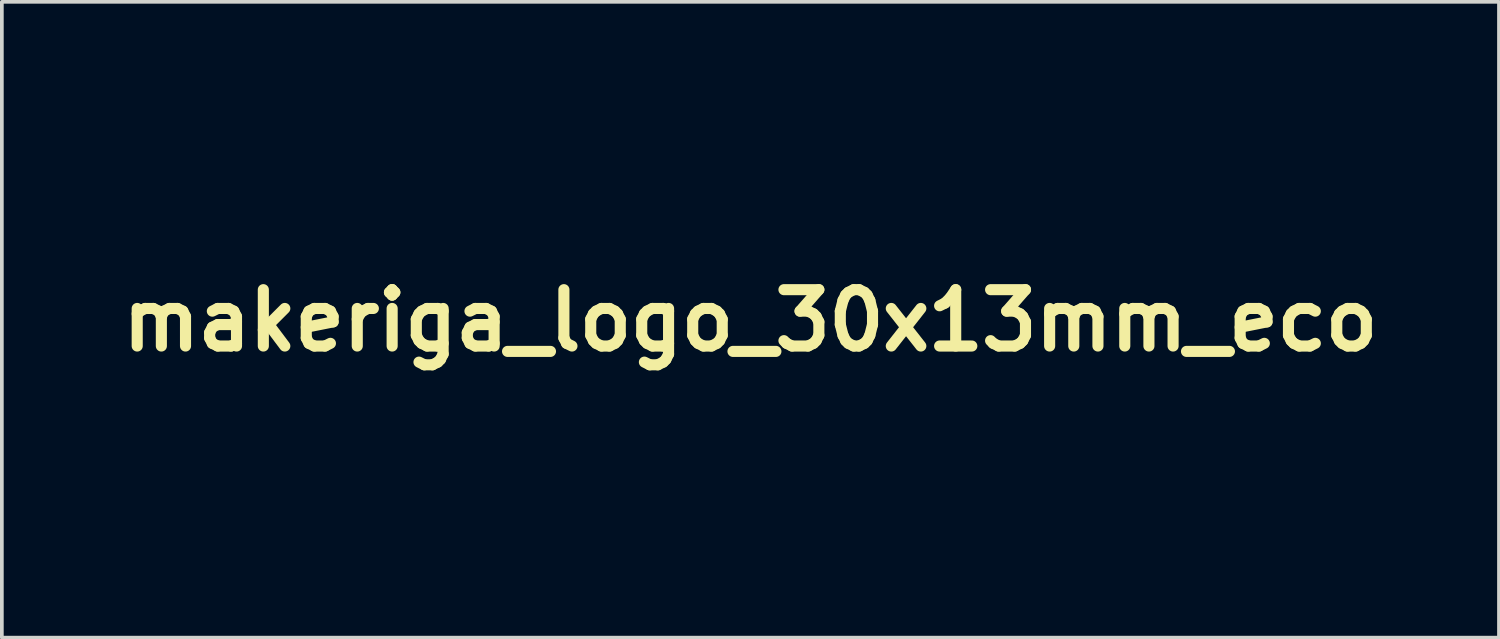
<source format=kicad_pcb>
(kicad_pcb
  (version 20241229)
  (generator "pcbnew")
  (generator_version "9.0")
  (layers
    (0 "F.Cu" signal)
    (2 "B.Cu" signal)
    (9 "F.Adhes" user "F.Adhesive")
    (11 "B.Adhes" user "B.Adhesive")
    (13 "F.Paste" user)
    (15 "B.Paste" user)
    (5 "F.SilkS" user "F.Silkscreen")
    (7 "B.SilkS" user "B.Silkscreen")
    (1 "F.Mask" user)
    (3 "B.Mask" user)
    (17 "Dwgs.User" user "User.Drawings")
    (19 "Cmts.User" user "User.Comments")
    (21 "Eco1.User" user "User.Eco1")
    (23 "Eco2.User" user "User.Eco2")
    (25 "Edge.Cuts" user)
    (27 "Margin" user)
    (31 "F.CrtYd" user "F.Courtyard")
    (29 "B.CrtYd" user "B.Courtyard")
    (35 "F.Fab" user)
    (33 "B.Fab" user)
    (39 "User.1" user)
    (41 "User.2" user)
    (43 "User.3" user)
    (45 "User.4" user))
  (footprint "makeriga_logo_30x13mm_eco"
    (layer "F.Cu")
    (at 17.243 5.618)
    (property "Reference" "makeriga_logo_30x13mm_eco" (at 0 0 0) (layer "F.SilkS") (effects (font (size 1.524 1.524) (thickness 0.3))))
    (attr through_hole)
    (fp_poly (pts (xy 13.581 0.881) (xy -1.837 0.881) (xy -1.837 0.737) (xy 13.581 0.737) (xy 13.581 0.881)) (stroke (width 0.01) (type solid)) (fill no) (layer "Eco2.User"))
    (fp_poly (pts (xy 3.37 2.108) (xy 3.158 2.108) (xy 3.158 1.736) (xy 3.014 1.736) (xy 3.014 2.108) (xy 2.802 2.108) (xy 2.802 1.142) (xy 2.906 1.145) (xy 3.01 1.147) (xy 3.014 1.55) (xy 3.084 1.548) (xy 3.154 1.545) (xy 3.158 1.346) (xy 3.162 1.147) (xy 3.266 1.145) (xy 3.37 1.142) (xy 3.37 2.108)) (stroke (width 0.01) (type solid)) (fill no) (layer "Eco2.User"))
    (fp_poly (pts (xy 5.971 1.145) (xy 6.193 1.147) (xy 6.193 1.333) (xy 6.079 1.338) (xy 5.965 1.342) (xy 5.962 1.433) (xy 5.96 1.524) (xy 6.13 1.524) (xy 6.13 1.71) (xy 5.965 1.714) (xy 5.965 1.918) (xy 6.081 1.92) (xy 6.198 1.922) (xy 6.198 2.108) (xy 5.749 2.108) (xy 5.749 1.143) (xy 5.971 1.145)) (stroke (width 0.01) (type solid)) (fill no) (layer "Eco2.User"))
    (fp_poly (pts (xy 9.967 1.145) (xy 10.19 1.147) (xy 10.19 1.333) (xy 9.957 1.338) (xy 9.957 1.523) (xy 10.039 1.526) (xy 10.122 1.528) (xy 10.122 1.706) (xy 9.957 1.711) (xy 9.957 1.921) (xy 10.073 1.924) (xy 10.19 1.926) (xy 10.19 2.104) (xy 9.967 2.106) (xy 9.745 2.108) (xy 9.745 1.143) (xy 9.967 1.145)) (stroke (width 0.01) (type solid)) (fill no) (layer "Eco2.User"))
    (fp_poly (pts (xy 9.855 -2.43) (xy 9.313 -2.43) (xy 9.199 -2.43) (xy 9.102 -2.43) (xy 9.019 -2.431) (xy 8.95 -2.431) (xy 8.893 -2.432) (xy 8.849 -2.433) (xy 8.815 -2.434) (xy 8.791 -2.436) (xy 8.776 -2.437) (xy 8.768 -2.439) (xy 8.767 -2.441) (xy 8.766 -2.451) (xy 8.765 -2.477) (xy 8.765 -2.515) (xy 8.764 -2.565) (xy 8.764 -2.622) (xy 8.765 -2.687) (xy 8.765 -2.735) (xy 8.767 -3.018) (xy 9.855 -3.023) (xy 9.855 -2.43)) (stroke (width 0.01) (type solid)) (fill no) (layer "Eco2.User"))
    (fp_poly (pts (xy 9.631 0.444) (xy 9.341 0.447) (xy 9.259 0.447) (xy 9.194 0.447) (xy 9.142 0.447) (xy 9.103 0.446) (xy 9.075 0.445) (xy 9.058 0.443) (xy 9.048 0.44) (xy 9.046 0.438) (xy 9.046 0.429) (xy 9.046 0.403) (xy 9.045 0.363) (xy 9.045 0.308) (xy 9.045 0.24) (xy 9.044 0.159) (xy 9.044 0.067) (xy 9.044 -0.035) (xy 9.044 -0.147) (xy 9.044 -0.268) (xy 9.044 -0.396) (xy 9.044 -0.531) (xy 9.044 -0.673) (xy 9.044 -0.819) (xy 9.044 -0.893) (xy 9.047 -2.214) (xy 9.631 -2.214) (xy 9.631 0.444)) (stroke (width 0.01) (type solid)) (fill no) (layer "Eco2.User"))
    (fp_poly (pts (xy 5.558 -1.706) (xy 5.237 -1.702) (xy 4.915 -1.698) (xy 4.91 -1.177) (xy 5.133 -1.177) (xy 5.193 -1.176) (xy 5.248 -1.176) (xy 5.295 -1.175) (xy 5.332 -1.173) (xy 5.356 -1.172) (xy 5.366 -1.17) (xy 5.369 -1.164) (xy 5.371 -1.151) (xy 5.373 -1.128) (xy 5.374 -1.094) (xy 5.375 -1.047) (xy 5.375 -0.987) (xy 5.374 -0.912) (xy 5.374 -0.91) (xy 5.372 -0.656) (xy 5.141 -0.654) (xy 4.91 -0.652) (xy 4.913 -0.364) (xy 4.915 -0.075) (xy 5.234 -0.076) (xy 5.554 -0.077) (xy 5.558 -0.057) (xy 5.56 -0.044) (xy 5.56 -0.016) (xy 5.561 0.024) (xy 5.561 0.074) (xy 5.561 0.131) (xy 5.561 0.194) (xy 5.561 0.203) (xy 5.558 0.444) (xy 4.942 0.447) (xy 4.821 0.447) (xy 4.715 0.447) (xy 4.625 0.447) (xy 4.548 0.447) (xy 4.485 0.447) (xy 4.433 0.446) (xy 4.393 0.445) (xy 4.363 0.444) (xy 4.341 0.443) (xy 4.328 0.441) (xy 4.322 0.439) (xy 4.322 0.438) (xy 4.321 0.429) (xy 4.321 0.403) (xy 4.321 0.363) (xy 4.32 0.308) (xy 4.32 0.24) (xy 4.32 0.159) (xy 4.32 0.067) (xy 4.32 -0.035) (xy 4.32 -0.147) (xy 4.32 -0.268) (xy 4.32 -0.396) (xy 4.32 -0.531) (xy 4.32 -0.673) (xy 4.32 -0.819) (xy 4.32 -0.893) (xy 4.322 -2.214) (xy 5.558 -2.214) (xy 5.558 -1.706)) (stroke (width 0.01) (type solid)) (fill no) (layer "Eco2.User"))
    (fp_poly (pts (xy 7.86 1.146) (xy 7.942 1.154) (xy 8.011 1.17) (xy 8.067 1.194) (xy 8.112 1.226) (xy 8.147 1.267) (xy 8.172 1.317) (xy 8.18 1.339) (xy 8.188 1.369) (xy 8.193 1.398) (xy 8.195 1.431) (xy 8.195 1.473) (xy 8.195 1.498) (xy 8.193 1.541) (xy 8.191 1.573) (xy 8.186 1.597) (xy 8.18 1.618) (xy 8.169 1.641) (xy 8.162 1.656) (xy 8.137 1.698) (xy 8.107 1.731) (xy 8.071 1.756) (xy 8.026 1.775) (xy 7.968 1.789) (xy 7.923 1.797) (xy 7.857 1.807) (xy 7.857 2.108) (xy 7.645 2.108) (xy 7.647 1.628) (xy 7.648 1.467) (xy 7.857 1.467) (xy 7.857 1.472) (xy 7.857 1.521) (xy 7.858 1.563) (xy 7.859 1.597) (xy 7.86 1.62) (xy 7.862 1.627) (xy 7.874 1.63) (xy 7.895 1.626) (xy 7.92 1.62) (xy 7.941 1.61) (xy 7.95 1.604) (xy 7.963 1.586) (xy 7.975 1.561) (xy 7.977 1.554) (xy 7.982 1.523) (xy 7.983 1.485) (xy 7.981 1.444) (xy 7.976 1.406) (xy 7.968 1.377) (xy 7.963 1.366) (xy 7.942 1.346) (xy 7.912 1.33) (xy 7.881 1.321) (xy 7.874 1.321) (xy 7.868 1.321) (xy 7.864 1.325) (xy 7.861 1.334) (xy 7.859 1.35) (xy 7.858 1.376) (xy 7.857 1.414) (xy 7.857 1.467) (xy 7.648 1.467) (xy 7.65 1.147) (xy 7.763 1.145) (xy 7.86 1.146)) (stroke (width 0.01) (type solid)) (fill no) (layer "Eco2.User"))
    (fp_poly (pts (xy 6.473 1.148) (xy 6.558 1.15) (xy 6.628 1.156) (xy 6.686 1.165) (xy 6.733 1.18) (xy 6.77 1.2) (xy 6.801 1.226) (xy 6.826 1.259) (xy 6.839 1.283) (xy 6.849 1.304) (xy 6.856 1.324) (xy 6.86 1.349) (xy 6.863 1.382) (xy 6.865 1.424) (xy 6.865 1.493) (xy 6.859 1.549) (xy 6.846 1.594) (xy 6.827 1.631) (xy 6.815 1.646) (xy 6.801 1.664) (xy 6.796 1.675) (xy 6.801 1.683) (xy 6.804 1.686) (xy 6.815 1.7) (xy 6.829 1.724) (xy 6.838 1.743) (xy 6.847 1.765) (xy 6.854 1.792) (xy 6.86 1.826) (xy 6.866 1.868) (xy 6.871 1.923) (xy 6.876 1.991) (xy 6.879 2.03) (xy 6.884 2.108) (xy 6.674 2.108) (xy 6.668 1.988) (xy 6.663 1.915) (xy 6.656 1.857) (xy 6.645 1.811) (xy 6.63 1.775) (xy 6.623 1.763) (xy 6.612 1.751) (xy 6.597 1.746) (xy 6.571 1.746) (xy 6.532 1.748) (xy 6.53 1.928) (xy 6.527 2.108) (xy 6.316 2.108) (xy 6.318 1.628) (xy 6.319 1.463) (xy 6.528 1.463) (xy 6.528 1.509) (xy 6.529 1.549) (xy 6.53 1.579) (xy 6.531 1.598) (xy 6.532 1.602) (xy 6.543 1.603) (xy 6.564 1.601) (xy 6.589 1.596) (xy 6.612 1.589) (xy 6.626 1.583) (xy 6.626 1.583) (xy 6.641 1.56) (xy 6.65 1.524) (xy 6.654 1.477) (xy 6.653 1.447) (xy 6.648 1.401) (xy 6.639 1.369) (xy 6.623 1.347) (xy 6.6 1.333) (xy 6.586 1.329) (xy 6.565 1.324) (xy 6.55 1.322) (xy 6.54 1.327) (xy 6.533 1.339) (xy 6.53 1.361) (xy 6.528 1.396) (xy 6.528 1.444) (xy 6.528 1.463) (xy 6.319 1.463) (xy 6.32 1.147) (xy 6.473 1.148)) (stroke (width 0.01) (type solid)) (fill no) (layer "Eco2.User"))
    (fp_poly (pts (xy 5.207 1.348) (xy 5.207 1.415) (xy 5.208 1.467) (xy 5.209 1.504) (xy 5.211 1.528) (xy 5.215 1.538) (xy 5.22 1.537) (xy 5.227 1.526) (xy 5.236 1.505) (xy 5.242 1.49) (xy 5.272 1.408) (xy 5.297 1.341) (xy 5.318 1.287) (xy 5.334 1.245) (xy 5.347 1.213) (xy 5.356 1.189) (xy 5.363 1.172) (xy 5.369 1.162) (xy 5.373 1.155) (xy 5.376 1.152) (xy 5.378 1.15) (xy 5.391 1.147) (xy 5.416 1.145) (xy 5.45 1.144) (xy 5.489 1.143) (xy 5.528 1.144) (xy 5.564 1.145) (xy 5.594 1.147) (xy 5.613 1.149) (xy 5.618 1.152) (xy 5.616 1.162) (xy 5.607 1.184) (xy 5.593 1.215) (xy 5.574 1.253) (xy 5.564 1.272) (xy 5.538 1.323) (xy 5.507 1.382) (xy 5.476 1.442) (xy 5.447 1.497) (xy 5.442 1.507) (xy 5.378 1.63) (xy 5.414 1.698) (xy 5.429 1.727) (xy 5.45 1.768) (xy 5.476 1.816) (xy 5.503 1.868) (xy 5.528 1.918) (xy 5.553 1.964) (xy 5.575 2.006) (xy 5.593 2.04) (xy 5.607 2.065) (xy 5.614 2.077) (xy 5.614 2.078) (xy 5.622 2.094) (xy 5.622 2.097) (xy 5.618 2.102) (xy 5.605 2.105) (xy 5.582 2.107) (xy 5.545 2.108) (xy 5.496 2.108) (xy 5.37 2.108) (xy 5.331 2.004) (xy 5.302 1.928) (xy 5.279 1.865) (xy 5.26 1.816) (xy 5.245 1.778) (xy 5.234 1.75) (xy 5.226 1.73) (xy 5.22 1.718) (xy 5.218 1.714) (xy 5.214 1.712) (xy 5.212 1.718) (xy 5.21 1.734) (xy 5.209 1.762) (xy 5.208 1.802) (xy 5.207 1.857) (xy 5.207 1.903) (xy 5.207 2.108) (xy 4.995 2.108) (xy 4.997 1.628) (xy 5 1.147) (xy 5.103 1.145) (xy 5.207 1.142) (xy 5.207 1.348)) (stroke (width 0.01) (type solid)) (fill no) (layer "Eco2.User"))
    (fp_poly (pts (xy 9.361 1.139) (xy 9.396 1.14) (xy 9.422 1.143) (xy 9.441 1.147) (xy 9.459 1.154) (xy 9.466 1.157) (xy 9.512 1.187) (xy 9.553 1.227) (xy 9.584 1.273) (xy 9.584 1.274) (xy 9.594 1.299) (xy 9.603 1.331) (xy 9.612 1.367) (xy 9.619 1.402) (xy 9.623 1.432) (xy 9.624 1.451) (xy 9.623 1.454) (xy 9.616 1.459) (xy 9.599 1.462) (xy 9.57 1.464) (xy 9.527 1.465) (xy 9.505 1.465) (xy 9.391 1.465) (xy 9.385 1.414) (xy 9.376 1.369) (xy 9.36 1.339) (xy 9.337 1.324) (xy 9.317 1.321) (xy 9.286 1.328) (xy 9.264 1.35) (xy 9.25 1.387) (xy 9.248 1.396) (xy 9.246 1.419) (xy 9.245 1.455) (xy 9.243 1.501) (xy 9.242 1.555) (xy 9.242 1.613) (xy 9.242 1.672) (xy 9.243 1.728) (xy 9.244 1.78) (xy 9.245 1.822) (xy 9.247 1.852) (xy 9.248 1.864) (xy 9.26 1.902) (xy 9.28 1.927) (xy 9.306 1.938) (xy 9.313 1.939) (xy 9.34 1.934) (xy 9.361 1.917) (xy 9.375 1.888) (xy 9.383 1.852) (xy 9.392 1.795) (xy 9.628 1.795) (xy 9.623 1.831) (xy 9.608 1.907) (xy 9.588 1.969) (xy 9.562 2.018) (xy 9.529 2.057) (xy 9.487 2.087) (xy 9.458 2.102) (xy 9.428 2.111) (xy 9.386 2.117) (xy 9.338 2.122) (xy 9.29 2.123) (xy 9.245 2.121) (xy 9.216 2.117) (xy 9.167 2.103) (xy 9.125 2.083) (xy 9.091 2.057) (xy 9.063 2.022) (xy 9.042 1.978) (xy 9.026 1.922) (xy 9.015 1.855) (xy 9.008 1.774) (xy 9.005 1.679) (xy 9.005 1.63) (xy 9.006 1.529) (xy 9.012 1.443) (xy 9.021 1.371) (xy 9.034 1.311) (xy 9.053 1.263) (xy 9.076 1.223) (xy 9.106 1.192) (xy 9.142 1.167) (xy 9.159 1.159) (xy 9.177 1.151) (xy 9.196 1.145) (xy 9.22 1.142) (xy 9.251 1.14) (xy 9.293 1.139) (xy 9.313 1.139) (xy 9.361 1.139)) (stroke (width 0.01) (type solid)) (fill no) (layer "Eco2.User"))
    (fp_poly (pts (xy 4.592 1.136) (xy 4.637 1.139) (xy 4.669 1.142) (xy 4.694 1.147) (xy 4.715 1.156) (xy 4.729 1.162) (xy 4.781 1.198) (xy 4.822 1.247) (xy 4.852 1.307) (xy 4.868 1.372) (xy 4.874 1.408) (xy 4.877 1.433) (xy 4.875 1.45) (xy 4.865 1.459) (xy 4.846 1.464) (xy 4.815 1.465) (xy 4.77 1.465) (xy 4.758 1.465) (xy 4.64 1.465) (xy 4.64 1.427) (xy 4.635 1.381) (xy 4.62 1.347) (xy 4.597 1.327) (xy 4.568 1.321) (xy 4.542 1.326) (xy 4.523 1.343) (xy 4.51 1.373) (xy 4.504 1.397) (xy 4.501 1.422) (xy 4.499 1.46) (xy 4.497 1.509) (xy 4.496 1.564) (xy 4.496 1.624) (xy 4.496 1.683) (xy 4.497 1.74) (xy 4.499 1.791) (xy 4.501 1.833) (xy 4.504 1.863) (xy 4.505 1.871) (xy 4.518 1.907) (xy 4.539 1.93) (xy 4.564 1.939) (xy 4.592 1.932) (xy 4.61 1.92) (xy 4.624 1.905) (xy 4.632 1.886) (xy 4.636 1.858) (xy 4.637 1.848) (xy 4.642 1.795) (xy 4.759 1.795) (xy 4.807 1.795) (xy 4.841 1.795) (xy 4.862 1.799) (xy 4.873 1.806) (xy 4.876 1.82) (xy 4.874 1.842) (xy 4.869 1.874) (xy 4.868 1.88) (xy 4.85 1.951) (xy 4.821 2.01) (xy 4.78 2.057) (xy 4.727 2.093) (xy 4.716 2.099) (xy 4.69 2.109) (xy 4.665 2.116) (xy 4.634 2.12) (xy 4.593 2.122) (xy 4.585 2.122) (xy 4.546 2.122) (xy 4.512 2.122) (xy 4.487 2.121) (xy 4.479 2.12) (xy 4.424 2.103) (xy 4.374 2.077) (xy 4.335 2.043) (xy 4.335 2.042) (xy 4.313 2.013) (xy 4.295 1.979) (xy 4.282 1.939) (xy 4.272 1.889) (xy 4.265 1.83) (xy 4.261 1.759) (xy 4.26 1.674) (xy 4.261 1.595) (xy 4.263 1.512) (xy 4.267 1.444) (xy 4.272 1.388) (xy 4.279 1.343) (xy 4.288 1.305) (xy 4.301 1.274) (xy 4.316 1.245) (xy 4.321 1.238) (xy 4.354 1.198) (xy 4.394 1.168) (xy 4.441 1.149) (xy 4.5 1.138) (xy 4.571 1.136) (xy 4.592 1.136)) (stroke (width 0.01) (type solid)) (fill no) (layer "Eco2.User"))
    (fp_poly (pts (xy 7.321 1.139) (xy 7.357 1.146) (xy 7.388 1.16) (xy 7.415 1.177) (xy 7.455 1.215) (xy 7.486 1.265) (xy 7.509 1.328) (xy 7.523 1.405) (xy 7.524 1.416) (xy 7.529 1.465) (xy 7.29 1.465) (xy 7.289 1.416) (xy 7.287 1.373) (xy 7.281 1.345) (xy 7.272 1.329) (xy 7.258 1.322) (xy 7.257 1.322) (xy 7.236 1.323) (xy 7.223 1.334) (xy 7.216 1.358) (xy 7.214 1.396) (xy 7.214 1.396) (xy 7.216 1.436) (xy 7.226 1.468) (xy 7.246 1.498) (xy 7.277 1.527) (xy 7.307 1.55) (xy 7.366 1.593) (xy 7.413 1.631) (xy 7.448 1.665) (xy 7.474 1.697) (xy 7.492 1.73) (xy 7.504 1.765) (xy 7.51 1.792) (xy 7.516 1.846) (xy 7.515 1.905) (xy 7.508 1.963) (xy 7.5 2) (xy 7.481 2.037) (xy 7.45 2.07) (xy 7.411 2.096) (xy 7.393 2.104) (xy 7.364 2.111) (xy 7.325 2.117) (xy 7.281 2.121) (xy 7.235 2.122) (xy 7.195 2.122) (xy 7.165 2.119) (xy 7.159 2.117) (xy 7.098 2.094) (xy 7.051 2.06) (xy 7.016 2.015) (xy 7.003 1.99) (xy 6.994 1.964) (xy 6.985 1.929) (xy 6.978 1.89) (xy 6.972 1.852) (xy 6.969 1.82) (xy 6.969 1.797) (xy 6.971 1.792) (xy 6.975 1.786) (xy 6.983 1.782) (xy 6.999 1.78) (xy 7.024 1.779) (xy 7.063 1.779) (xy 7.089 1.78) (xy 7.201 1.782) (xy 7.206 1.849) (xy 7.212 1.892) (xy 7.22 1.92) (xy 7.233 1.935) (xy 7.25 1.936) (xy 7.255 1.935) (xy 7.271 1.923) (xy 7.279 1.9) (xy 7.281 1.863) (xy 7.28 1.842) (xy 7.274 1.81) (xy 7.262 1.782) (xy 7.242 1.755) (xy 7.212 1.727) (xy 7.168 1.694) (xy 7.154 1.684) (xy 7.097 1.641) (xy 7.053 1.6) (xy 7.02 1.557) (xy 7.005 1.532) (xy 6.998 1.517) (xy 6.994 1.499) (xy 6.991 1.474) (xy 6.99 1.44) (xy 6.989 1.391) (xy 6.989 1.389) (xy 6.99 1.341) (xy 6.991 1.306) (xy 6.993 1.282) (xy 6.997 1.263) (xy 7.004 1.247) (xy 7.007 1.24) (xy 7.032 1.203) (xy 7.06 1.175) (xy 7.096 1.155) (xy 7.141 1.143) (xy 7.2 1.137) (xy 7.218 1.136) (xy 7.276 1.135) (xy 7.321 1.139)) (stroke (width 0.01) (type solid)) (fill no) (layer "Eco2.User"))
    (fp_poly (pts (xy 3.859 1.144) (xy 3.893 1.146) (xy 3.913 1.15) (xy 3.918 1.154) (xy 3.924 1.166) (xy 3.931 1.191) (xy 3.939 1.223) (xy 3.941 1.232) (xy 3.95 1.273) (xy 3.959 1.313) (xy 3.968 1.357) (xy 3.979 1.405) (xy 3.992 1.461) (xy 4.007 1.527) (xy 4.024 1.606) (xy 4.034 1.651) (xy 4.049 1.714) (xy 4.062 1.775) (xy 4.075 1.832) (xy 4.086 1.882) (xy 4.095 1.92) (xy 4.099 1.939) (xy 4.107 1.977) (xy 4.115 2.013) (xy 4.122 2.04) (xy 4.123 2.045) (xy 4.129 2.071) (xy 4.132 2.089) (xy 4.127 2.1) (xy 4.114 2.105) (xy 4.09 2.108) (xy 4.053 2.108) (xy 4.03 2.108) (xy 3.985 2.108) (xy 3.953 2.106) (xy 3.933 2.101) (xy 3.921 2.09) (xy 3.915 2.07) (xy 3.91 2.041) (xy 3.908 2.017) (xy 3.901 1.964) (xy 3.728 1.964) (xy 3.722 2.009) (xy 3.718 2.04) (xy 3.713 2.07) (xy 3.711 2.081) (xy 3.707 2.108) (xy 3.602 2.108) (xy 3.555 2.108) (xy 3.523 2.106) (xy 3.505 2.103) (xy 3.497 2.099) (xy 3.497 2.098) (xy 3.499 2.086) (xy 3.504 2.061) (xy 3.511 2.025) (xy 3.521 1.98) (xy 3.532 1.93) (xy 3.535 1.918) (xy 3.548 1.86) (xy 3.561 1.803) (xy 3.566 1.782) (xy 3.759 1.782) (xy 3.767 1.784) (xy 3.787 1.786) (xy 3.815 1.786) (xy 3.845 1.786) (xy 3.861 1.784) (xy 3.867 1.78) (xy 3.867 1.771) (xy 3.866 1.765) (xy 3.862 1.749) (xy 3.857 1.72) (xy 3.851 1.682) (xy 3.844 1.639) (xy 3.844 1.634) (xy 3.834 1.574) (xy 3.827 1.529) (xy 3.822 1.499) (xy 3.817 1.483) (xy 3.813 1.479) (xy 3.81 1.487) (xy 3.805 1.506) (xy 3.8 1.533) (xy 3.799 1.541) (xy 3.791 1.586) (xy 3.783 1.633) (xy 3.776 1.679) (xy 3.769 1.719) (xy 3.764 1.752) (xy 3.76 1.774) (xy 3.759 1.782) (xy 3.566 1.782) (xy 3.573 1.75) (xy 3.583 1.705) (xy 3.59 1.672) (xy 3.602 1.617) (xy 3.615 1.556) (xy 3.63 1.492) (xy 3.644 1.428) (xy 3.658 1.366) (xy 3.671 1.308) (xy 3.682 1.258) (xy 3.692 1.218) (xy 3.698 1.19) (xy 3.701 1.179) (xy 3.711 1.143) (xy 3.81 1.143) (xy 3.859 1.144)) (stroke (width 0.01) (type solid)) (fill no) (layer "Eco2.User"))
    (fp_poly (pts (xy 11.011 3.899) (xy 11.048 3.9) (xy 11.074 3.902) (xy 11.095 3.906) (xy 11.111 3.911) (xy 11.125 3.917) (xy 11.172 3.946) (xy 11.207 3.981) (xy 11.234 4.026) (xy 11.248 4.064) (xy 11.253 4.089) (xy 11.258 4.128) (xy 11.262 4.179) (xy 11.265 4.238) (xy 11.267 4.303) (xy 11.268 4.371) (xy 11.269 4.438) (xy 11.268 4.503) (xy 11.267 4.562) (xy 11.264 4.613) (xy 11.26 4.653) (xy 11.258 4.671) (xy 11.239 4.738) (xy 11.214 4.789) (xy 11.181 4.828) (xy 11.139 4.856) (xy 11.118 4.864) (xy 11.091 4.871) (xy 11.051 4.876) (xy 11.005 4.88) (xy 10.957 4.882) (xy 10.911 4.883) (xy 10.873 4.881) (xy 10.854 4.878) (xy 10.811 4.865) (xy 10.771 4.847) (xy 10.74 4.826) (xy 10.737 4.823) (xy 10.712 4.792) (xy 10.69 4.749) (xy 10.673 4.698) (xy 10.667 4.673) (xy 10.663 4.645) (xy 10.66 4.603) (xy 10.658 4.55) (xy 10.657 4.49) (xy 10.656 4.424) (xy 10.656 4.358) (xy 10.656 4.326) (xy 10.889 4.326) (xy 10.889 4.41) (xy 10.89 4.423) (xy 10.891 4.491) (xy 10.892 4.543) (xy 10.894 4.583) (xy 10.896 4.613) (xy 10.898 4.634) (xy 10.902 4.649) (xy 10.906 4.661) (xy 10.907 4.662) (xy 10.92 4.681) (xy 10.931 4.693) (xy 10.932 4.693) (xy 10.961 4.698) (xy 10.989 4.693) (xy 11.006 4.683) (xy 11.015 4.67) (xy 11.022 4.65) (xy 11.028 4.621) (xy 11.032 4.582) (xy 11.034 4.532) (xy 11.036 4.467) (xy 11.036 4.39) (xy 11.036 4.308) (xy 11.034 4.242) (xy 11.031 4.19) (xy 11.026 4.15) (xy 11.019 4.121) (xy 11.009 4.101) (xy 10.996 4.089) (xy 10.98 4.082) (xy 10.961 4.081) (xy 10.942 4.083) (xy 10.926 4.091) (xy 10.914 4.105) (xy 10.904 4.127) (xy 10.897 4.159) (xy 10.892 4.202) (xy 10.89 4.257) (xy 10.889 4.326) (xy 10.656 4.326) (xy 10.657 4.292) (xy 10.658 4.232) (xy 10.66 4.178) (xy 10.663 4.136) (xy 10.667 4.107) (xy 10.667 4.107) (xy 10.684 4.044) (xy 10.707 3.995) (xy 10.74 3.957) (xy 10.783 3.926) (xy 10.791 3.921) (xy 10.808 3.913) (xy 10.824 3.907) (xy 10.842 3.903) (xy 10.865 3.9) (xy 10.897 3.899) (xy 10.942 3.899) (xy 10.96 3.899) (xy 11.011 3.899)) (stroke (width 0.01) (type solid)) (fill no) (layer "Eco2.User"))
    (fp_poly (pts (xy 9.197 3.899) (xy 9.233 3.9) (xy 9.258 3.901) (xy 9.278 3.905) (xy 9.294 3.91) (xy 9.31 3.918) (xy 9.321 3.924) (xy 9.368 3.957) (xy 9.403 3.999) (xy 9.428 4.053) (xy 9.437 4.082) (xy 9.442 4.103) (xy 9.446 4.124) (xy 9.448 4.149) (xy 9.45 4.18) (xy 9.452 4.219) (xy 9.453 4.268) (xy 9.453 4.33) (xy 9.453 4.39) (xy 9.453 4.464) (xy 9.452 4.523) (xy 9.452 4.57) (xy 9.45 4.607) (xy 9.448 4.636) (xy 9.445 4.66) (xy 9.441 4.681) (xy 9.437 4.698) (xy 9.418 4.755) (xy 9.391 4.799) (xy 9.355 4.833) (xy 9.318 4.855) (xy 9.293 4.866) (xy 9.272 4.873) (xy 9.247 4.878) (xy 9.216 4.88) (xy 9.173 4.882) (xy 9.169 4.882) (xy 9.128 4.882) (xy 9.092 4.882) (xy 9.064 4.881) (xy 9.051 4.88) (xy 8.997 4.864) (xy 8.95 4.84) (xy 8.922 4.819) (xy 8.9 4.795) (xy 8.882 4.766) (xy 8.868 4.731) (xy 8.857 4.689) (xy 8.849 4.637) (xy 8.843 4.573) (xy 8.84 4.497) (xy 8.839 4.405) (xy 8.839 4.394) (xy 8.84 4.315) (xy 9.077 4.315) (xy 9.077 4.375) (xy 9.078 4.428) (xy 9.079 4.502) (xy 9.08 4.561) (xy 9.082 4.607) (xy 9.086 4.641) (xy 9.091 4.665) (xy 9.099 4.68) (xy 9.109 4.69) (xy 9.122 4.695) (xy 9.139 4.697) (xy 9.149 4.698) (xy 9.17 4.694) (xy 9.185 4.684) (xy 9.196 4.672) (xy 9.204 4.654) (xy 9.211 4.627) (xy 9.215 4.591) (xy 9.218 4.545) (xy 9.219 4.485) (xy 9.219 4.411) (xy 9.219 4.352) (xy 9.217 4.277) (xy 9.216 4.217) (xy 9.213 4.171) (xy 9.209 4.137) (xy 9.203 4.112) (xy 9.194 4.096) (xy 9.183 4.087) (xy 9.169 4.082) (xy 9.15 4.081) (xy 9.146 4.081) (xy 9.117 4.088) (xy 9.095 4.11) (xy 9.083 4.146) (xy 9.08 4.16) (xy 9.079 4.181) (xy 9.078 4.215) (xy 9.077 4.261) (xy 9.077 4.315) (xy 8.84 4.315) (xy 8.84 4.3) (xy 8.843 4.221) (xy 8.848 4.156) (xy 8.855 4.101) (xy 8.866 4.057) (xy 8.879 4.02) (xy 8.896 3.99) (xy 8.917 3.964) (xy 8.918 3.964) (xy 8.942 3.941) (xy 8.967 3.924) (xy 8.996 3.912) (xy 9.031 3.905) (xy 9.077 3.901) (xy 9.136 3.899) (xy 9.148 3.899) (xy 9.197 3.899)) (stroke (width 0.01) (type solid)) (fill no) (layer "Eco2.User"))
    (fp_poly (pts (xy 8.623 1.144) (xy 8.649 1.146) (xy 8.663 1.149) (xy 8.665 1.151) (xy 8.668 1.16) (xy 8.674 1.185) (xy 8.683 1.221) (xy 8.694 1.268) (xy 8.706 1.322) (xy 8.72 1.381) (xy 8.734 1.444) (xy 8.748 1.508) (xy 8.762 1.571) (xy 8.771 1.613) (xy 8.777 1.638) (xy 8.785 1.675) (xy 8.795 1.722) (xy 8.807 1.775) (xy 8.82 1.832) (xy 8.833 1.89) (xy 8.845 1.946) (xy 8.857 1.997) (xy 8.866 2.04) (xy 8.873 2.072) (xy 8.877 2.089) (xy 8.879 2.097) (xy 8.877 2.102) (xy 8.868 2.106) (xy 8.852 2.107) (xy 8.823 2.108) (xy 8.781 2.108) (xy 8.776 2.108) (xy 8.671 2.108) (xy 8.662 2.06) (xy 8.656 2.028) (xy 8.65 2) (xy 8.648 1.988) (xy 8.643 1.964) (xy 8.477 1.964) (xy 8.467 2.026) (xy 8.461 2.057) (xy 8.457 2.083) (xy 8.454 2.097) (xy 8.453 2.098) (xy 8.447 2.102) (xy 8.429 2.106) (xy 8.398 2.107) (xy 8.352 2.108) (xy 8.343 2.108) (xy 8.299 2.108) (xy 8.269 2.108) (xy 8.251 2.106) (xy 8.242 2.103) (xy 8.24 2.098) (xy 8.241 2.091) (xy 8.242 2.089) (xy 8.246 2.073) (xy 8.252 2.044) (xy 8.26 2.009) (xy 8.264 1.994) (xy 8.27 1.964) (xy 8.28 1.92) (xy 8.292 1.867) (xy 8.305 1.808) (xy 8.314 1.767) (xy 8.509 1.767) (xy 8.511 1.778) (xy 8.517 1.784) (xy 8.533 1.786) (xy 8.56 1.786) (xy 8.588 1.786) (xy 8.603 1.784) (xy 8.609 1.778) (xy 8.61 1.766) (xy 8.61 1.763) (xy 8.608 1.739) (xy 8.603 1.711) (xy 8.602 1.706) (xy 8.598 1.683) (xy 8.592 1.649) (xy 8.585 1.609) (xy 8.58 1.579) (xy 8.574 1.541) (xy 8.569 1.509) (xy 8.564 1.486) (xy 8.562 1.478) (xy 8.559 1.483) (xy 8.554 1.502) (xy 8.548 1.532) (xy 8.541 1.569) (xy 8.533 1.61) (xy 8.526 1.652) (xy 8.519 1.692) (xy 8.514 1.727) (xy 8.51 1.754) (xy 8.509 1.767) (xy 8.314 1.767) (xy 8.319 1.746) (xy 8.327 1.71) (xy 8.341 1.648) (xy 8.355 1.587) (xy 8.367 1.53) (xy 8.378 1.481) (xy 8.387 1.442) (xy 8.39 1.427) (xy 8.402 1.375) (xy 8.413 1.323) (xy 8.425 1.273) (xy 8.435 1.228) (xy 8.444 1.191) (xy 8.45 1.165) (xy 8.454 1.154) (xy 8.463 1.149) (xy 8.486 1.146) (xy 8.517 1.144) (xy 8.553 1.143) (xy 8.589 1.143) (xy 8.623 1.144)) (stroke (width 0.01) (type solid)) (fill no) (layer "Eco2.User"))
    (fp_poly (pts (xy -1.522 -2.216) (xy -1.207 -2.214) (xy -1.13 -1.905) (xy -1.11 -1.825) (xy -1.087 -1.733) (xy -1.062 -1.633) (xy -1.036 -1.528) (xy -1.01 -1.423) (xy -0.985 -1.322) (xy -0.962 -1.229) (xy -0.961 -1.223) (xy -0.942 -1.147) (xy -0.924 -1.075) (xy -0.908 -1.01) (xy -0.893 -0.953) (xy -0.881 -0.907) (xy -0.872 -0.872) (xy -0.866 -0.85) (xy -0.863 -0.844) (xy -0.862 -0.844) (xy -0.86 -0.847) (xy -0.857 -0.853) (xy -0.853 -0.865) (xy -0.848 -0.881) (xy -0.842 -0.904) (xy -0.834 -0.934) (xy -0.824 -0.972) (xy -0.812 -1.018) (xy -0.798 -1.074) (xy -0.782 -1.14) (xy -0.763 -1.217) (xy -0.741 -1.306) (xy -0.716 -1.407) (xy -0.688 -1.522) (xy -0.656 -1.651) (xy -0.621 -1.795) (xy -0.588 -1.93) (xy -0.572 -1.995) (xy -0.558 -2.055) (xy -0.545 -2.108) (xy -0.534 -2.152) (xy -0.526 -2.184) (xy -0.521 -2.203) (xy -0.52 -2.208) (xy -0.516 -2.211) (xy -0.503 -2.213) (xy -0.481 -2.215) (xy -0.449 -2.216) (xy -0.405 -2.217) (xy -0.347 -2.218) (xy -0.275 -2.218) (xy -0.203 -2.218) (xy 0.11 -2.218) (xy 0.11 0.449) (xy -0.184 0.447) (xy -0.478 0.444) (xy -0.478 -0.134) (xy -0.478 -0.25) (xy -0.479 -0.351) (xy -0.479 -0.436) (xy -0.479 -0.507) (xy -0.48 -0.565) (xy -0.481 -0.611) (xy -0.482 -0.645) (xy -0.483 -0.669) (xy -0.485 -0.684) (xy -0.486 -0.69) (xy -0.488 -0.689) (xy -0.489 -0.689) (xy -0.496 -0.666) (xy -0.499 -0.648) (xy -0.501 -0.635) (xy -0.504 -0.608) (xy -0.51 -0.571) (xy -0.517 -0.526) (xy -0.524 -0.478) (xy -0.532 -0.429) (xy -0.54 -0.383) (xy -0.547 -0.342) (xy -0.55 -0.322) (xy -0.555 -0.297) (xy -0.561 -0.26) (xy -0.568 -0.214) (xy -0.576 -0.164) (xy -0.58 -0.14) (xy -0.591 -0.072) (xy -0.602 -0.005) (xy -0.613 0.064) (xy -0.625 0.141) (xy -0.639 0.227) (xy -0.655 0.326) (xy -0.674 0.444) (xy -0.857 0.447) (xy -1.041 0.449) (xy -1.045 0.43) (xy -1.052 0.394) (xy -1.06 0.345) (xy -1.07 0.288) (xy -1.081 0.225) (xy -1.091 0.162) (xy -1.101 0.101) (xy -1.106 0.068) (xy -1.111 0.032) (xy -1.117 0.001) (xy -1.121 -0.02) (xy -1.122 -0.025) (xy -1.125 -0.039) (xy -1.129 -0.065) (xy -1.135 -0.099) (xy -1.138 -0.119) (xy -1.142 -0.143) (xy -1.148 -0.179) (xy -1.156 -0.226) (xy -1.165 -0.28) (xy -1.174 -0.339) (xy -1.185 -0.402) (xy -1.195 -0.464) (xy -1.206 -0.525) (xy -1.215 -0.581) (xy -1.223 -0.63) (xy -1.23 -0.671) (xy -1.235 -0.699) (xy -1.238 -0.714) (xy -1.238 -0.714) (xy -1.239 -0.708) (xy -1.239 -0.686) (xy -1.24 -0.649) (xy -1.24 -0.6) (xy -1.241 -0.539) (xy -1.242 -0.467) (xy -1.242 -0.387) (xy -1.243 -0.299) (xy -1.244 -0.205) (xy -1.245 -0.14) (xy -1.249 0.444) (xy -1.543 0.447) (xy -1.837 0.449) (xy -1.837 -2.218) (xy -1.522 -2.216)) (stroke (width 0.01) (type solid)) (fill no) (layer "Eco2.User"))
    (fp_poly (pts (xy 10.844 -2.259) (xy 10.877 -2.255) (xy 10.912 -2.25) (xy 10.946 -2.244) (xy 11.039 -2.223) (xy 11.118 -2.198) (xy 11.187 -2.166) (xy 11.249 -2.126) (xy 11.309 -2.077) (xy 11.337 -2.05) (xy 11.399 -1.98) (xy 11.449 -1.906) (xy 11.488 -1.826) (xy 11.521 -1.735) (xy 11.532 -1.693) (xy 11.541 -1.65) (xy 11.551 -1.597) (xy 11.56 -1.539) (xy 11.567 -1.481) (xy 11.572 -1.429) (xy 11.574 -1.388) (xy 11.574 -1.384) (xy 11.574 -1.338) (xy 10.925 -1.338) (xy 10.919 -1.443) (xy 10.911 -1.528) (xy 10.897 -1.597) (xy 10.875 -1.653) (xy 10.846 -1.694) (xy 10.81 -1.722) (xy 10.789 -1.731) (xy 10.743 -1.742) (xy 10.701 -1.742) (xy 10.657 -1.731) (xy 10.629 -1.718) (xy 10.605 -1.701) (xy 10.585 -1.676) (xy 10.569 -1.644) (xy 10.555 -1.603) (xy 10.543 -1.55) (xy 10.534 -1.486) (xy 10.526 -1.409) (xy 10.52 -1.316) (xy 10.516 -1.245) (xy 10.512 -1.15) (xy 10.51 -1.048) (xy 10.508 -0.941) (xy 10.508 -0.833) (xy 10.509 -0.725) (xy 10.512 -0.62) (xy 10.515 -0.521) (xy 10.519 -0.43) (xy 10.524 -0.35) (xy 10.53 -0.283) (xy 10.533 -0.258) (xy 10.546 -0.187) (xy 10.564 -0.13) (xy 10.587 -0.088) (xy 10.616 -0.058) (xy 10.653 -0.039) (xy 10.673 -0.034) (xy 10.732 -0.028) (xy 10.785 -0.038) (xy 10.829 -0.063) (xy 10.865 -0.102) (xy 10.893 -0.156) (xy 10.896 -0.167) (xy 10.904 -0.192) (xy 10.909 -0.218) (xy 10.914 -0.248) (xy 10.917 -0.286) (xy 10.919 -0.336) (xy 10.92 -0.37) (xy 10.924 -0.516) (xy 10.715 -0.521) (xy 10.712 -0.76) (xy 10.71 -0.999) (xy 11.574 -0.999) (xy 11.572 -0.277) (xy 11.57 0.444) (xy 11.384 0.444) (xy 11.361 0.366) (xy 11.351 0.331) (xy 11.342 0.303) (xy 11.335 0.285) (xy 11.333 0.281) (xy 11.325 0.284) (xy 11.309 0.295) (xy 11.301 0.302) (xy 11.229 0.359) (xy 11.144 0.407) (xy 11.048 0.445) (xy 10.942 0.472) (xy 10.907 0.479) (xy 10.85 0.485) (xy 10.782 0.489) (xy 10.707 0.489) (xy 10.63 0.487) (xy 10.556 0.482) (xy 10.524 0.478) (xy 10.415 0.46) (xy 10.318 0.434) (xy 10.233 0.399) (xy 10.159 0.355) (xy 10.095 0.3) (xy 10.04 0.235) (xy 9.994 0.157) (xy 9.956 0.066) (xy 9.925 -0.038) (xy 9.9 -0.158) (xy 9.885 -0.258) (xy 9.879 -0.317) (xy 9.874 -0.39) (xy 9.869 -0.476) (xy 9.866 -0.57) (xy 9.864 -0.672) (xy 9.863 -0.778) (xy 9.862 -0.887) (xy 9.863 -0.995) (xy 9.865 -1.1) (xy 9.867 -1.199) (xy 9.871 -1.291) (xy 9.875 -1.372) (xy 9.881 -1.441) (xy 9.885 -1.477) (xy 9.905 -1.608) (xy 9.93 -1.723) (xy 9.962 -1.824) (xy 9.999 -1.912) (xy 10.043 -1.988) (xy 10.095 -2.052) (xy 10.154 -2.106) (xy 10.222 -2.152) (xy 10.252 -2.168) (xy 10.317 -2.196) (xy 10.385 -2.219) (xy 10.458 -2.236) (xy 10.539 -2.248) (xy 10.633 -2.255) (xy 10.702 -2.258) (xy 10.76 -2.26) (xy 10.806 -2.26) (xy 10.844 -2.259)) (stroke (width 0.01) (type solid)) (fill no) (layer "Eco2.User"))
    (fp_poly (pts (xy 7.779 -2.216) (xy 7.891 -2.213) (xy 7.99 -2.207) (xy 8.077 -2.2) (xy 8.154 -2.19) (xy 8.222 -2.178) (xy 8.282 -2.163) (xy 8.335 -2.146) (xy 8.338 -2.145) (xy 8.431 -2.104) (xy 8.512 -2.055) (xy 8.58 -1.996) (xy 8.637 -1.928) (xy 8.683 -1.849) (xy 8.718 -1.759) (xy 8.743 -1.656) (xy 8.757 -1.541) (xy 8.763 -1.412) (xy 8.763 -1.399) (xy 8.759 -1.27) (xy 8.746 -1.154) (xy 8.725 -1.051) (xy 8.695 -0.963) (xy 8.657 -0.888) (xy 8.611 -0.828) (xy 8.56 -0.785) (xy 8.539 -0.771) (xy 8.578 -0.73) (xy 8.615 -0.688) (xy 8.648 -0.641) (xy 8.676 -0.588) (xy 8.7 -0.527) (xy 8.72 -0.458) (xy 8.737 -0.379) (xy 8.752 -0.289) (xy 8.763 -0.186) (xy 8.773 -0.068) (xy 8.78 0.064) (xy 8.78 0.076) (xy 8.784 0.138) (xy 8.788 0.2) (xy 8.792 0.257) (xy 8.796 0.307) (xy 8.8 0.345) (xy 8.802 0.355) (xy 8.807 0.39) (xy 8.809 0.419) (xy 8.809 0.437) (xy 8.807 0.442) (xy 8.797 0.443) (xy 8.772 0.445) (xy 8.735 0.446) (xy 8.686 0.447) (xy 8.629 0.447) (xy 8.564 0.447) (xy 8.513 0.447) (xy 8.227 0.444) (xy 8.219 0.419) (xy 8.217 0.404) (xy 8.215 0.374) (xy 8.213 0.333) (xy 8.211 0.283) (xy 8.209 0.226) (xy 8.208 0.178) (xy 8.204 0.053) (xy 8.199 -0.055) (xy 8.191 -0.149) (xy 8.181 -0.23) (xy 8.169 -0.298) (xy 8.154 -0.355) (xy 8.153 -0.361) (xy 8.136 -0.406) (xy 8.115 -0.451) (xy 8.092 -0.493) (xy 8.069 -0.527) (xy 8.05 -0.548) (xy 8.038 -0.553) (xy 8.014 -0.556) (xy 7.978 -0.557) (xy 7.932 -0.557) (xy 7.827 -0.555) (xy 7.823 -0.055) (xy 7.819 0.444) (xy 7.529 0.447) (xy 7.447 0.447) (xy 7.382 0.447) (xy 7.33 0.447) (xy 7.291 0.446) (xy 7.263 0.445) (xy 7.246 0.443) (xy 7.237 0.44) (xy 7.234 0.438) (xy 7.234 0.429) (xy 7.234 0.403) (xy 7.233 0.363) (xy 7.233 0.308) (xy 7.233 0.24) (xy 7.232 0.159) (xy 7.232 0.067) (xy 7.232 -0.035) (xy 7.232 -0.147) (xy 7.232 -0.268) (xy 7.232 -0.396) (xy 7.232 -0.531) (xy 7.232 -0.673) (xy 7.232 -0.819) (xy 7.233 -0.893) (xy 7.233 -1.341) (xy 7.823 -1.341) (xy 7.823 -0.954) (xy 7.91 -0.959) (xy 7.968 -0.964) (xy 8.012 -0.972) (xy 8.035 -0.98) (xy 8.074 -1.002) (xy 8.106 -1.029) (xy 8.13 -1.064) (xy 8.148 -1.108) (xy 8.16 -1.163) (xy 8.167 -1.23) (xy 8.17 -1.313) (xy 8.17 -1.328) (xy 8.168 -1.417) (xy 8.161 -1.491) (xy 8.149 -1.553) (xy 8.13 -1.602) (xy 8.105 -1.642) (xy 8.072 -1.674) (xy 8.033 -1.698) (xy 8.007 -1.709) (xy 7.972 -1.718) (xy 7.932 -1.727) (xy 7.894 -1.732) (xy 7.861 -1.735) (xy 7.839 -1.734) (xy 7.836 -1.733) (xy 7.833 -1.73) (xy 7.831 -1.724) (xy 7.829 -1.712) (xy 7.827 -1.694) (xy 7.826 -1.667) (xy 7.825 -1.631) (xy 7.824 -1.584) (xy 7.824 -1.525) (xy 7.823 -1.453) (xy 7.823 -1.365) (xy 7.823 -1.341) (xy 7.233 -1.341) (xy 7.235 -2.214) (xy 7.51 -2.217) (xy 7.652 -2.217) (xy 7.779 -2.216)) (stroke (width 0.01) (type solid)) (fill no) (layer "Eco2.User"))
    (fp_poly (pts (xy 9.754 3.904) (xy 9.775 3.908) (xy 9.787 3.918) (xy 9.795 3.936) (xy 9.8 3.965) (xy 9.806 4.008) (xy 9.808 4.026) (xy 9.814 4.07) (xy 9.822 4.125) (xy 9.83 4.183) (xy 9.838 4.239) (xy 9.838 4.246) (xy 9.845 4.294) (xy 9.851 4.34) (xy 9.857 4.379) (xy 9.86 4.407) (xy 9.861 4.413) (xy 9.866 4.442) (xy 9.872 4.456) (xy 9.878 4.454) (xy 9.883 4.435) (xy 9.883 4.434) (xy 9.886 4.418) (xy 9.892 4.387) (xy 9.899 4.347) (xy 9.908 4.298) (xy 9.918 4.246) (xy 9.919 4.242) (xy 9.929 4.185) (xy 9.94 4.128) (xy 9.95 4.074) (xy 9.958 4.03) (xy 9.964 4) (xy 9.971 3.966) (xy 9.978 3.937) (xy 9.983 3.918) (xy 9.985 3.914) (xy 9.996 3.909) (xy 10.019 3.906) (xy 10.049 3.904) (xy 10.082 3.903) (xy 10.113 3.904) (xy 10.137 3.906) (xy 10.148 3.91) (xy 10.152 3.92) (xy 10.159 3.943) (xy 10.167 3.977) (xy 10.175 4.017) (xy 10.176 4.022) (xy 10.185 4.069) (xy 10.194 4.117) (xy 10.202 4.159) (xy 10.207 4.187) (xy 10.223 4.267) (xy 10.235 4.334) (xy 10.244 4.386) (xy 10.25 4.424) (xy 10.253 4.445) (xy 10.253 4.448) (xy 10.256 4.459) (xy 10.261 4.457) (xy 10.264 4.447) (xy 10.269 4.422) (xy 10.276 4.386) (xy 10.283 4.34) (xy 10.291 4.287) (xy 10.295 4.259) (xy 10.303 4.198) (xy 10.312 4.138) (xy 10.32 4.082) (xy 10.327 4.034) (xy 10.333 3.998) (xy 10.334 3.991) (xy 10.339 3.957) (xy 10.343 3.929) (xy 10.346 3.912) (xy 10.346 3.908) (xy 10.354 3.906) (xy 10.376 3.905) (xy 10.408 3.904) (xy 10.448 3.903) (xy 10.456 3.903) (xy 10.566 3.903) (xy 10.566 3.925) (xy 10.564 3.944) (xy 10.559 3.973) (xy 10.554 3.999) (xy 10.55 4.018) (xy 10.542 4.051) (xy 10.532 4.098) (xy 10.52 4.155) (xy 10.506 4.221) (xy 10.491 4.294) (xy 10.475 4.372) (xy 10.46 4.441) (xy 10.444 4.52) (xy 10.428 4.595) (xy 10.414 4.663) (xy 10.402 4.724) (xy 10.391 4.774) (xy 10.383 4.813) (xy 10.378 4.839) (xy 10.375 4.85) (xy 10.373 4.857) (xy 10.368 4.863) (xy 10.358 4.866) (xy 10.34 4.867) (xy 10.311 4.867) (xy 10.268 4.867) (xy 10.264 4.866) (xy 10.156 4.864) (xy 10.151 4.834) (xy 10.147 4.814) (xy 10.141 4.782) (xy 10.134 4.743) (xy 10.128 4.707) (xy 10.113 4.628) (xy 10.102 4.564) (xy 10.092 4.514) (xy 10.085 4.475) (xy 10.079 4.447) (xy 10.075 4.428) (xy 10.071 4.416) (xy 10.069 4.41) (xy 10.068 4.408) (xy 10.063 4.412) (xy 10.058 4.427) (xy 10.056 4.438) (xy 10.052 4.461) (xy 10.047 4.496) (xy 10.039 4.538) (xy 10.033 4.572) (xy 10.024 4.623) (xy 10.014 4.68) (xy 10.004 4.735) (xy 10 4.76) (xy 9.993 4.797) (xy 9.986 4.829) (xy 9.981 4.851) (xy 9.978 4.859) (xy 9.968 4.863) (xy 9.945 4.866) (xy 9.913 4.867) (xy 9.877 4.868) (xy 9.84 4.868) (xy 9.807 4.867) (xy 9.781 4.865) (xy 9.768 4.862) (xy 9.767 4.861) (xy 9.764 4.85) (xy 9.758 4.826) (xy 9.75 4.79) (xy 9.74 4.746) (xy 9.729 4.696) (xy 9.728 4.689) (xy 9.708 4.592) (xy 9.69 4.51) (xy 9.675 4.438) (xy 9.662 4.375) (xy 9.65 4.317) (xy 9.639 4.263) (xy 9.627 4.209) (xy 9.618 4.166) (xy 9.602 4.087) (xy 9.589 4.023) (xy 9.58 3.975) (xy 9.574 3.94) (xy 9.572 3.919) (xy 9.572 3.91) (xy 9.582 3.908) (xy 9.605 3.905) (xy 9.639 3.904) (xy 9.679 3.903) (xy 9.682 3.903) (xy 9.724 3.903) (xy 9.754 3.904)) (stroke (width 0.01) (type solid)) (fill no) (layer "Eco2.User"))
    (fp_poly (pts (xy 2.938 -1.647) (xy 2.938 -1.55) (xy 2.938 -1.459) (xy 2.939 -1.374) (xy 2.939 -1.297) (xy 2.94 -1.229) (xy 2.941 -1.172) (xy 2.942 -1.126) (xy 2.943 -1.095) (xy 2.944 -1.078) (xy 2.944 -1.075) (xy 2.95 -1.083) (xy 2.959 -1.103) (xy 2.971 -1.132) (xy 2.978 -1.149) (xy 2.99 -1.184) (xy 3.007 -1.229) (xy 3.026 -1.28) (xy 3.046 -1.333) (xy 3.056 -1.359) (xy 3.084 -1.433) (xy 3.111 -1.504) (xy 3.136 -1.569) (xy 3.157 -1.626) (xy 3.174 -1.671) (xy 3.18 -1.685) (xy 3.187 -1.704) (xy 3.199 -1.735) (xy 3.213 -1.773) (xy 3.229 -1.815) (xy 3.23 -1.816) (xy 3.249 -1.865) (xy 3.27 -1.923) (xy 3.293 -1.982) (xy 3.311 -2.032) (xy 3.328 -2.076) (xy 3.343 -2.117) (xy 3.357 -2.151) (xy 3.366 -2.174) (xy 3.368 -2.178) (xy 3.381 -2.21) (xy 3.735 -2.21) (xy 3.811 -2.21) (xy 3.881 -2.209) (xy 3.944 -2.209) (xy 3.998 -2.208) (xy 4.041 -2.207) (xy 4.071 -2.206) (xy 4.087 -2.205) (xy 4.089 -2.205) (xy 4.086 -2.196) (xy 4.075 -2.174) (xy 4.06 -2.143) (xy 4.04 -2.105) (xy 4.025 -2.075) (xy 3.974 -1.978) (xy 3.93 -1.894) (xy 3.892 -1.822) (xy 3.86 -1.761) (xy 3.833 -1.708) (xy 3.818 -1.681) (xy 3.8 -1.646) (xy 3.777 -1.6) (xy 3.75 -1.55) (xy 3.724 -1.499) (xy 3.713 -1.477) (xy 3.687 -1.428) (xy 3.66 -1.376) (xy 3.635 -1.328) (xy 3.614 -1.288) (xy 3.607 -1.274) (xy 3.583 -1.229) (xy 3.554 -1.174) (xy 3.522 -1.111) (xy 3.488 -1.046) (xy 3.454 -0.982) (xy 3.429 -0.934) (xy 3.402 -0.881) (xy 3.476 -0.739) (xy 3.501 -0.691) (xy 3.525 -0.645) (xy 3.547 -0.604) (xy 3.563 -0.573) (xy 3.573 -0.555) (xy 3.584 -0.534) (xy 3.601 -0.501) (xy 3.623 -0.46) (xy 3.647 -0.413) (xy 3.673 -0.363) (xy 3.674 -0.36) (xy 3.7 -0.31) (xy 3.725 -0.263) (xy 3.747 -0.221) (xy 3.764 -0.188) (xy 3.776 -0.166) (xy 3.776 -0.165) (xy 3.788 -0.143) (xy 3.806 -0.109) (xy 3.828 -0.068) (xy 3.851 -0.023) (xy 3.865 0.004) (xy 3.892 0.055) (xy 3.924 0.116) (xy 3.957 0.18) (xy 3.99 0.243) (xy 4.01 0.282) (xy 4.034 0.328) (xy 4.056 0.37) (xy 4.073 0.404) (xy 4.084 0.428) (xy 4.089 0.44) (xy 4.089 0.441) (xy 4.081 0.443) (xy 4.058 0.445) (xy 4.023 0.447) (xy 3.977 0.448) (xy 3.922 0.449) (xy 3.862 0.449) (xy 3.797 0.449) (xy 3.73 0.449) (xy 3.663 0.449) (xy 3.599 0.448) (xy 3.539 0.447) (xy 3.486 0.446) (xy 3.441 0.444) (xy 3.407 0.442) (xy 3.386 0.44) (xy 3.38 0.438) (xy 3.374 0.426) (xy 3.364 0.402) (xy 3.351 0.369) (xy 3.337 0.334) (xy 3.324 0.298) (xy 3.306 0.249) (xy 3.284 0.193) (xy 3.262 0.133) (xy 3.239 0.073) (xy 3.234 0.059) (xy 3.211 -0.001) (xy 3.187 -0.065) (xy 3.164 -0.126) (xy 3.143 -0.182) (xy 3.127 -0.226) (xy 3.124 -0.233) (xy 3.107 -0.279) (xy 3.085 -0.336) (xy 3.062 -0.398) (xy 3.039 -0.458) (xy 3.027 -0.491) (xy 3.008 -0.54) (xy 2.992 -0.585) (xy 2.977 -0.622) (xy 2.967 -0.65) (xy 2.962 -0.665) (xy 2.953 -0.685) (xy 2.945 -0.698) (xy 2.944 -0.691) (xy 2.943 -0.669) (xy 2.942 -0.632) (xy 2.941 -0.582) (xy 2.94 -0.52) (xy 2.939 -0.447) (xy 2.939 -0.365) (xy 2.938 -0.275) (xy 2.938 -0.178) (xy 2.938 -0.129) (xy 2.938 0.449) (xy 2.646 0.449) (xy 2.563 0.449) (xy 2.497 0.448) (xy 2.445 0.447) (xy 2.405 0.446) (xy 2.377 0.445) (xy 2.36 0.442) (xy 2.351 0.44) (xy 2.349 0.438) (xy 2.349 0.429) (xy 2.348 0.403) (xy 2.348 0.362) (xy 2.348 0.308) (xy 2.347 0.24) (xy 2.347 0.159) (xy 2.347 0.067) (xy 2.347 -0.035) (xy 2.347 -0.147) (xy 2.347 -0.268) (xy 2.347 -0.396) (xy 2.347 -0.531) (xy 2.347 -0.672) (xy 2.347 -0.819) (xy 2.347 -0.893) (xy 2.349 -2.214) (xy 2.644 -2.216) (xy 2.938 -2.218) (xy 2.938 -1.647)) (stroke (width 0.01) (type solid)) (fill no) (layer "Eco2.User"))
    (fp_poly (pts (xy 1.537 -2.167) (xy 1.542 -2.146) (xy 1.55 -2.112) (xy 1.56 -2.066) (xy 1.572 -2.013) (xy 1.585 -1.954) (xy 1.596 -1.905) (xy 1.61 -1.843) (xy 1.624 -1.782) (xy 1.636 -1.725) (xy 1.647 -1.677) (xy 1.655 -1.64) (xy 1.659 -1.621) (xy 1.665 -1.594) (xy 1.674 -1.554) (xy 1.686 -1.503) (xy 1.699 -1.445) (xy 1.713 -1.383) (xy 1.723 -1.338) (xy 1.737 -1.275) (xy 1.751 -1.214) (xy 1.763 -1.158) (xy 1.774 -1.11) (xy 1.782 -1.073) (xy 1.786 -1.054) (xy 1.792 -1.027) (xy 1.801 -0.986) (xy 1.813 -0.936) (xy 1.826 -0.878) (xy 1.84 -0.816) (xy 1.85 -0.77) (xy 1.864 -0.708) (xy 1.878 -0.647) (xy 1.89 -0.591) (xy 1.901 -0.543) (xy 1.909 -0.505) (xy 1.913 -0.487) (xy 1.919 -0.46) (xy 1.929 -0.419) (xy 1.94 -0.368) (xy 1.953 -0.31) (xy 1.967 -0.249) (xy 1.977 -0.203) (xy 1.991 -0.141) (xy 2.005 -0.08) (xy 2.018 -0.024) (xy 2.029 0.025) (xy 2.037 0.062) (xy 2.041 0.08) (xy 2.05 0.121) (xy 2.061 0.17) (xy 2.071 0.217) (xy 2.074 0.229) (xy 2.088 0.292) (xy 2.099 0.342) (xy 2.107 0.379) (xy 2.112 0.405) (xy 2.115 0.422) (xy 2.116 0.433) (xy 2.117 0.434) (xy 2.116 0.438) (xy 2.112 0.441) (xy 2.103 0.444) (xy 2.089 0.445) (xy 2.066 0.447) (xy 2.034 0.448) (xy 1.99 0.448) (xy 1.934 0.449) (xy 1.863 0.449) (xy 1.825 0.449) (xy 1.747 0.449) (xy 1.684 0.448) (xy 1.635 0.448) (xy 1.597 0.447) (xy 1.57 0.446) (xy 1.551 0.444) (xy 1.54 0.442) (xy 1.533 0.439) (xy 1.53 0.436) (xy 1.529 0.434) (xy 1.526 0.42) (xy 1.521 0.393) (xy 1.516 0.358) (xy 1.511 0.33) (xy 1.504 0.284) (xy 1.496 0.236) (xy 1.489 0.194) (xy 1.486 0.178) (xy 1.479 0.141) (xy 1.473 0.105) (xy 1.469 0.078) (xy 1.463 0.042) (xy 0.996 0.047) (xy 0.964 0.236) (xy 0.955 0.291) (xy 0.946 0.341) (xy 0.939 0.383) (xy 0.933 0.414) (xy 0.929 0.433) (xy 0.928 0.437) (xy 0.924 0.44) (xy 0.915 0.443) (xy 0.899 0.445) (xy 0.874 0.446) (xy 0.839 0.447) (xy 0.792 0.448) (xy 0.732 0.449) (xy 0.657 0.449) (xy 0.636 0.449) (xy 0.568 0.449) (xy 0.505 0.448) (xy 0.45 0.447) (xy 0.404 0.446) (xy 0.37 0.445) (xy 0.35 0.444) (xy 0.344 0.442) (xy 0.343 0.437) (xy 0.345 0.424) (xy 0.349 0.402) (xy 0.355 0.37) (xy 0.364 0.325) (xy 0.377 0.267) (xy 0.389 0.216) (xy 0.418 0.087) (xy 0.448 -0.048) (xy 0.479 -0.185) (xy 0.509 -0.321) (xy 0.538 -0.448) (xy 1.08 -0.448) (xy 1.081 -0.447) (xy 1.09 -0.445) (xy 1.114 -0.443) (xy 1.148 -0.441) (xy 1.192 -0.441) (xy 1.233 -0.44) (xy 1.382 -0.44) (xy 1.376 -0.476) (xy 1.372 -0.503) (xy 1.366 -0.539) (xy 1.359 -0.576) (xy 1.359 -0.576) (xy 1.354 -0.606) (xy 1.346 -0.649) (xy 1.338 -0.699) (xy 1.33 -0.753) (xy 1.325 -0.783) (xy 1.317 -0.834) (xy 1.31 -0.881) (xy 1.303 -0.922) (xy 1.298 -0.953) (xy 1.295 -0.965) (xy 1.292 -0.985) (xy 1.286 -1.019) (xy 1.279 -1.063) (xy 1.271 -1.113) (xy 1.262 -1.167) (xy 1.261 -1.173) (xy 1.253 -1.224) (xy 1.245 -1.27) (xy 1.238 -1.308) (xy 1.232 -1.335) (xy 1.228 -1.348) (xy 1.228 -1.349) (xy 1.224 -1.345) (xy 1.219 -1.328) (xy 1.216 -1.306) (xy 1.211 -1.272) (xy 1.205 -1.23) (xy 1.198 -1.194) (xy 1.194 -1.168) (xy 1.187 -1.128) (xy 1.178 -1.078) (xy 1.169 -1.02) (xy 1.159 -0.959) (xy 1.151 -0.91) (xy 1.14 -0.843) (xy 1.129 -0.774) (xy 1.118 -0.707) (xy 1.108 -0.646) (xy 1.1 -0.595) (xy 1.096 -0.572) (xy 1.09 -0.529) (xy 1.084 -0.492) (xy 1.081 -0.464) (xy 1.08 -0.448) (xy 0.538 -0.448) (xy 0.539 -0.452) (xy 0.566 -0.575) (xy 0.591 -0.685) (xy 0.597 -0.711) (xy 0.616 -0.796) (xy 0.638 -0.893) (xy 0.66 -0.995) (xy 0.683 -1.096) (xy 0.705 -1.193) (xy 0.724 -1.278) (xy 0.724 -1.278) (xy 0.743 -1.364) (xy 0.765 -1.46) (xy 0.787 -1.562) (xy 0.81 -1.664) (xy 0.832 -1.76) (xy 0.851 -1.845) (xy 0.851 -1.846) (xy 0.866 -1.915) (xy 0.881 -1.98) (xy 0.894 -2.04) (xy 0.906 -2.091) (xy 0.916 -2.132) (xy 0.922 -2.161) (xy 0.925 -2.172) (xy 0.936 -2.214) (xy 1.528 -2.214) (xy 1.537 -2.167)) (stroke (width 0.01) (type solid)) (fill no) (layer "Eco2.User"))
    (fp_poly (pts (xy 13 -2.157) (xy 13.009 -2.118) (xy 13.019 -2.072) (xy 13.029 -2.027) (xy 13.031 -2.019) (xy 13.04 -1.978) (xy 13.05 -1.935) (xy 13.059 -1.899) (xy 13.06 -1.892) (xy 13.069 -1.857) (xy 13.077 -1.822) (xy 13.08 -1.803) (xy 13.086 -1.778) (xy 13.093 -1.742) (xy 13.102 -1.702) (xy 13.106 -1.687) (xy 13.116 -1.64) (xy 13.128 -1.587) (xy 13.139 -1.539) (xy 13.14 -1.532) (xy 13.151 -1.486) (xy 13.162 -1.434) (xy 13.173 -1.385) (xy 13.175 -1.378) (xy 13.185 -1.336) (xy 13.194 -1.293) (xy 13.202 -1.257) (xy 13.204 -1.249) (xy 13.213 -1.207) (xy 13.224 -1.156) (xy 13.237 -1.098) (xy 13.25 -1.037) (xy 13.264 -0.975) (xy 13.278 -0.916) (xy 13.29 -0.862) (xy 13.3 -0.815) (xy 13.309 -0.78) (xy 13.314 -0.758) (xy 13.314 -0.758) (xy 13.319 -0.737) (xy 13.327 -0.702) (xy 13.338 -0.656) (xy 13.35 -0.6) (xy 13.364 -0.538) (xy 13.379 -0.471) (xy 13.386 -0.44) (xy 13.404 -0.361) (xy 13.424 -0.27) (xy 13.446 -0.173) (xy 13.468 -0.075) (xy 13.489 0.02) (xy 13.508 0.105) (xy 13.51 0.114) (xy 13.525 0.183) (xy 13.539 0.246) (xy 13.551 0.303) (xy 13.562 0.352) (xy 13.569 0.389) (xy 13.574 0.414) (xy 13.575 0.423) (xy 13.576 0.444) (xy 13.289 0.447) (xy 13.221 0.447) (xy 13.158 0.447) (xy 13.103 0.447) (xy 13.057 0.446) (xy 13.022 0.445) (xy 13.001 0.444) (xy 12.995 0.442) (xy 12.992 0.432) (xy 12.987 0.408) (xy 12.98 0.373) (xy 12.972 0.331) (xy 12.967 0.296) (xy 12.958 0.245) (xy 12.95 0.194) (xy 12.942 0.149) (xy 12.936 0.115) (xy 12.934 0.102) (xy 12.924 0.047) (xy 12.69 0.044) (xy 12.456 0.042) (xy 12.45 0.082) (xy 12.446 0.111) (xy 12.439 0.149) (xy 12.433 0.187) (xy 12.432 0.19) (xy 12.426 0.231) (xy 12.418 0.279) (xy 12.41 0.328) (xy 12.408 0.343) (xy 12.402 0.38) (xy 12.397 0.411) (xy 12.393 0.432) (xy 12.391 0.438) (xy 12.386 0.441) (xy 12.373 0.444) (xy 12.351 0.445) (xy 12.317 0.447) (xy 12.272 0.448) (xy 12.213 0.448) (xy 12.139 0.449) (xy 12.095 0.449) (xy 12.016 0.449) (xy 11.952 0.448) (xy 11.902 0.448) (xy 11.864 0.447) (xy 11.837 0.446) (xy 11.819 0.444) (xy 11.808 0.441) (xy 11.803 0.438) (xy 11.803 0.436) (xy 11.804 0.424) (xy 11.809 0.398) (xy 11.817 0.363) (xy 11.826 0.321) (xy 11.829 0.307) (xy 11.84 0.258) (xy 11.852 0.207) (xy 11.862 0.161) (xy 11.87 0.125) (xy 11.87 0.123) (xy 11.876 0.096) (xy 11.885 0.055) (xy 11.897 0.004) (xy 11.91 -0.054) (xy 11.923 -0.115) (xy 11.934 -0.161) (xy 11.948 -0.223) (xy 11.962 -0.284) (xy 11.974 -0.34) (xy 11.985 -0.389) (xy 11.993 -0.426) (xy 11.997 -0.445) (xy 12.003 -0.472) (xy 12.005 -0.479) (xy 12.541 -0.479) (xy 12.541 -0.461) (xy 12.548 -0.449) (xy 12.563 -0.443) (xy 12.589 -0.44) (xy 12.628 -0.44) (xy 12.681 -0.44) (xy 12.686 -0.44) (xy 12.734 -0.44) (xy 12.776 -0.441) (xy 12.809 -0.442) (xy 12.83 -0.443) (xy 12.837 -0.444) (xy 12.837 -0.455) (xy 12.835 -0.481) (xy 12.829 -0.524) (xy 12.819 -0.582) (xy 12.806 -0.658) (xy 12.806 -0.66) (xy 12.801 -0.691) (xy 12.793 -0.734) (xy 12.785 -0.787) (xy 12.775 -0.845) (xy 12.766 -0.904) (xy 12.763 -0.919) (xy 12.748 -1.016) (xy 12.734 -1.097) (xy 12.724 -1.165) (xy 12.715 -1.219) (xy 12.707 -1.262) (xy 12.702 -1.295) (xy 12.697 -1.319) (xy 12.694 -1.336) (xy 12.692 -1.346) (xy 12.69 -1.352) (xy 12.688 -1.354) (xy 12.687 -1.353) (xy 12.687 -1.353) (xy 12.686 -1.348) (xy 12.683 -1.335) (xy 12.679 -1.313) (xy 12.673 -1.28) (xy 12.666 -1.237) (xy 12.657 -1.181) (xy 12.645 -1.112) (xy 12.632 -1.029) (xy 12.616 -0.931) (xy 12.599 -0.826) (xy 12.588 -0.763) (xy 12.578 -0.701) (xy 12.569 -0.645) (xy 12.561 -0.596) (xy 12.554 -0.558) (xy 12.552 -0.542) (xy 12.545 -0.505) (xy 12.541 -0.479) (xy 12.005 -0.479) (xy 12.012 -0.512) (xy 12.024 -0.563) (xy 12.037 -0.621) (xy 12.05 -0.683) (xy 12.061 -0.728) (xy 12.075 -0.791) (xy 12.089 -0.851) (xy 12.101 -0.908) (xy 12.112 -0.956) (xy 12.12 -0.993) (xy 12.124 -1.012) (xy 12.13 -1.039) (xy 12.139 -1.08) (xy 12.151 -1.13) (xy 12.164 -1.188) (xy 12.177 -1.25) (xy 12.188 -1.295) (xy 12.202 -1.358) (xy 12.216 -1.419) (xy 12.228 -1.475) (xy 12.239 -1.523) (xy 12.247 -1.561) (xy 12.251 -1.579) (xy 12.257 -1.606) (xy 12.266 -1.647) (xy 12.278 -1.698) (xy 12.291 -1.755) (xy 12.305 -1.817) (xy 12.315 -1.863) (xy 12.329 -1.925) (xy 12.342 -1.986) (xy 12.355 -2.042) (xy 12.366 -2.091) (xy 12.374 -2.128) (xy 12.378 -2.146) (xy 12.392 -2.214) (xy 12.689 -2.216) (xy 12.986 -2.218) (xy 13 -2.157)) (stroke (width 0.01) (type solid)) (fill no) (layer "Eco2.User"))
    (fp_poly (pts (xy -8.155 -5.613) (xy -8.151 -5.594) (xy -8.149 -5.583) (xy -8.144 -5.557) (xy -8.137 -5.516) (xy -8.127 -5.463) (xy -8.116 -5.398) (xy -8.103 -5.323) (xy -8.088 -5.24) (xy -8.072 -5.149) (xy -8.055 -5.051) (xy -8.037 -4.95) (xy -8.034 -4.931) (xy -7.921 -4.286) (xy -7.819 -4.267) (xy -7.734 -4.25) (xy -7.638 -4.228) (xy -7.536 -4.202) (xy -7.434 -4.175) (xy -7.336 -4.146) (xy -7.248 -4.118) (xy -7.246 -4.117) (xy -7.098 -4.068) (xy -6.667 -4.582) (xy -6.599 -4.663) (xy -6.535 -4.739) (xy -6.474 -4.811) (xy -6.418 -4.877) (xy -6.368 -4.936) (xy -6.324 -4.987) (xy -6.287 -5.029) (xy -6.258 -5.061) (xy -6.238 -5.083) (xy -6.228 -5.093) (xy -6.227 -5.094) (xy -6.214 -5.087) (xy -6.189 -5.073) (xy -6.152 -5.053) (xy -6.107 -5.027) (xy -6.055 -4.997) (xy -5.996 -4.963) (xy -5.933 -4.926) (xy -5.868 -4.888) (xy -5.802 -4.849) (xy -5.736 -4.81) (xy -5.673 -4.773) (xy -5.613 -4.737) (xy -5.559 -4.705) (xy -5.512 -4.676) (xy -5.473 -4.653) (xy -5.445 -4.635) (xy -5.429 -4.624) (xy -5.425 -4.621) (xy -5.429 -4.612) (xy -5.437 -4.589) (xy -5.45 -4.552) (xy -5.468 -4.504) (xy -5.489 -4.447) (xy -5.513 -4.38) (xy -5.54 -4.307) (xy -5.568 -4.228) (xy -5.598 -4.146) (xy -5.63 -4.06) (xy -5.661 -3.974) (xy -5.693 -3.888) (xy -5.723 -3.804) (xy -5.753 -3.724) (xy -5.78 -3.648) (xy -5.806 -3.579) (xy -5.828 -3.517) (xy -5.847 -3.465) (xy -5.863 -3.424) (xy -5.873 -3.395) (xy -5.879 -3.38) (xy -5.88 -3.378) (xy -5.877 -3.367) (xy -5.862 -3.349) (xy -5.833 -3.323) (xy -5.823 -3.315) (xy -5.787 -3.284) (xy -5.743 -3.243) (xy -5.691 -3.195) (xy -5.636 -3.141) (xy -5.578 -3.084) (xy -5.521 -3.027) (xy -5.467 -2.971) (xy -5.419 -2.92) (xy -5.378 -2.875) (xy -5.374 -2.87) (xy -5.342 -2.835) (xy -5.314 -2.805) (xy -5.292 -2.783) (xy -5.277 -2.77) (xy -5.271 -2.767) (xy -5.262 -2.77) (xy -5.238 -2.779) (xy -5.202 -2.792) (xy -5.154 -2.81) (xy -5.096 -2.831) (xy -5.03 -2.854) (xy -4.957 -2.881) (xy -4.879 -2.909) (xy -4.797 -2.939) (xy -4.713 -2.97) (xy -4.629 -3.001) (xy -4.545 -3.031) (xy -4.463 -3.061) (xy -4.385 -3.089) (xy -4.313 -3.116) (xy -4.247 -3.139) (xy -4.19 -3.16) (xy -4.143 -3.178) (xy -4.107 -3.191) (xy -4.084 -3.199) (xy -4.016 -3.224) (xy -3.782 -2.818) (xy -3.73 -2.728) (xy -3.687 -2.652) (xy -3.651 -2.589) (xy -3.622 -2.537) (xy -3.599 -2.495) (xy -3.581 -2.463) (xy -3.569 -2.438) (xy -3.562 -2.421) (xy -3.558 -2.41) (xy -3.558 -2.403) (xy -3.559 -2.401) (xy -3.568 -2.395) (xy -3.588 -2.378) (xy -3.619 -2.352) (xy -3.66 -2.317) (xy -3.71 -2.275) (xy -3.768 -2.227) (xy -3.833 -2.173) (xy -3.904 -2.113) (xy -3.979 -2.05) (xy -4.058 -1.984) (xy -4.075 -1.97) (xy -4.578 -1.548) (xy -4.528 -1.399) (xy -4.489 -1.276) (xy -4.452 -1.146) (xy -4.418 -1.015) (xy -4.39 -0.89) (xy -4.382 -0.847) (xy -4.373 -0.805) (xy -4.365 -0.769) (xy -4.359 -0.742) (xy -4.354 -0.728) (xy -4.354 -0.727) (xy -4.344 -0.725) (xy -4.32 -0.72) (xy -4.281 -0.713) (xy -4.23 -0.703) (xy -4.167 -0.692) (xy -4.094 -0.679) (xy -4.012 -0.664) (xy -3.922 -0.648) (xy -3.826 -0.631) (xy -3.725 -0.614) (xy -3.708 -0.611) (xy -3.606 -0.593) (xy -3.509 -0.576) (xy -3.417 -0.56) (xy -3.332 -0.545) (xy -3.256 -0.532) (xy -3.19 -0.52) (xy -3.135 -0.51) (xy -3.093 -0.503) (xy -3.064 -0.498) (xy -3.051 -0.495) (xy -3.05 -0.495) (xy -3.031 -0.491) (xy -3.031 -0.021) (xy -3.031 0.066) (xy -3.031 0.149) (xy -3.032 0.224) (xy -3.033 0.291) (xy -3.033 0.348) (xy -3.034 0.394) (xy -3.035 0.427) (xy -3.036 0.445) (xy -3.037 0.449) (xy -3.046 0.45) (xy -3.071 0.454) (xy -3.108 0.461) (xy -3.158 0.469) (xy -3.219 0.48) (xy -3.288 0.492) (xy -3.364 0.505) (xy -3.447 0.519) (xy -3.534 0.535) (xy -3.623 0.55) (xy -3.714 0.566) (xy -3.804 0.582) (xy -3.893 0.598) (xy -3.978 0.613) (xy -4.059 0.627) (xy -4.133 0.64) (xy -4.199 0.651) (xy -4.255 0.661) (xy -4.301 0.67) (xy -4.334 0.676) (xy -4.353 0.679) (xy -4.357 0.68) (xy -4.359 0.688) (xy -4.363 0.711) (xy -4.37 0.744) (xy -4.379 0.787) (xy -4.388 0.834) (xy -4.432 1.028) (xy -4.485 1.218) (xy -4.533 1.367) (xy -4.548 1.412) (xy -4.561 1.451) (xy -4.57 1.48) (xy -4.576 1.499) (xy -4.578 1.504) (xy -4.571 1.509) (xy -4.552 1.525) (xy -4.523 1.549) (xy -4.484 1.581) (xy -4.438 1.62) (xy -4.384 1.665) (xy -4.325 1.715) (xy -4.261 1.769) (xy -4.193 1.825) (xy -4.124 1.883) (xy -4.053 1.942) (xy -3.983 2.001) (xy -3.914 2.059) (xy -3.848 2.114) (xy -3.786 2.166) (xy -3.729 2.214) (xy -3.678 2.257) (xy -3.634 2.293) (xy -3.599 2.322) (xy -3.574 2.343) (xy -3.561 2.355) (xy -3.558 2.357) (xy -3.558 2.362) (xy -3.561 2.374) (xy -3.569 2.393) (xy -3.583 2.42) (xy -3.602 2.456) (xy -3.628 2.503) (xy -3.66 2.56) (xy -3.7 2.63) (xy -3.747 2.713) (xy -3.777 2.765) (xy -3.82 2.84) (xy -3.861 2.911) (xy -3.899 2.976) (xy -3.933 3.034) (xy -3.961 3.083) (xy -3.985 3.123) (xy -4.002 3.151) (xy -4.011 3.167) (xy -4.013 3.17) (xy -4.022 3.168) (xy -4.045 3.16) (xy -4.081 3.148) (xy -4.128 3.132) (xy -4.186 3.112) (xy -4.252 3.089) (xy -4.326 3.063) (xy -4.405 3.035) (xy -4.488 3.005) (xy -4.575 2.975) (xy -4.663 2.943) (xy -4.751 2.912) (xy -4.837 2.88) (xy -4.92 2.85) (xy -4.999 2.822) (xy -5.073 2.795) (xy -5.138 2.771) (xy -5.196 2.749) (xy -5.243 2.732) (xy -5.267 2.722) (xy -5.277 2.724) (xy -5.293 2.737) (xy -5.317 2.762) (xy -5.347 2.796) (xy -5.38 2.833) (xy -5.423 2.879) (xy -5.473 2.932) (xy -5.528 2.988) (xy -5.586 3.046) (xy -5.643 3.102) (xy -5.698 3.155) (xy -5.747 3.202) (xy -5.789 3.24) (xy -5.806 3.254) (xy -5.883 3.32) (xy -5.86 3.385) (xy -5.813 3.513) (xy -5.767 3.639) (xy -5.722 3.76) (xy -5.679 3.877) (xy -5.639 3.989) (xy -5.601 4.094) (xy -5.566 4.191) (xy -5.534 4.28) (xy -5.505 4.359) (xy -5.481 4.428) (xy -5.461 4.485) (xy -5.445 4.53) (xy -5.435 4.562) (xy -5.429 4.579) (xy -5.429 4.582) (xy -5.437 4.587) (xy -5.458 4.601) (xy -5.491 4.621) (xy -5.534 4.647) (xy -5.587 4.679) (xy -5.648 4.715) (xy -5.716 4.755) (xy -5.789 4.797) (xy -5.832 4.822) (xy -6.233 5.053) (xy -6.281 4.997) (xy -6.295 4.981) (xy -6.318 4.953) (xy -6.351 4.914) (xy -6.391 4.867) (xy -6.437 4.811) (xy -6.49 4.748) (xy -6.547 4.68) (xy -6.607 4.608) (xy -6.67 4.532) (xy -6.701 4.496) (xy -6.764 4.421) (xy -6.824 4.349) (xy -6.88 4.282) (xy -6.931 4.221) (xy -6.976 4.167) (xy -7.015 4.12) (xy -7.046 4.083) (xy -7.069 4.056) (xy -7.083 4.04) (xy -7.086 4.037) (xy -7.091 4.032) (xy -7.099 4.03) (xy -7.111 4.031) (xy -7.13 4.035) (xy -7.158 4.043) (xy -7.197 4.056) (xy -7.25 4.073) (xy -7.25 4.073) (xy -7.362 4.109) (xy -7.48 4.143) (xy -7.601 4.175) (xy -7.716 4.202) (xy -7.807 4.22) (xy -7.848 4.228) (xy -7.882 4.234) (xy -7.907 4.24) (xy -7.919 4.243) (xy -7.92 4.243) (xy -7.922 4.252) (xy -7.926 4.276) (xy -7.933 4.314) (xy -7.943 4.365) (xy -7.954 4.427) (xy -7.967 4.5) (xy -7.981 4.582) (xy -7.997 4.671) (xy -8.014 4.767) (xy -8.031 4.868) (xy -8.034 4.885) (xy -8.052 4.988) (xy -8.07 5.085) (xy -8.086 5.178) (xy -8.101 5.262) (xy -8.114 5.339) (xy -8.126 5.406) (xy -8.136 5.461) (xy -8.143 5.504) (xy -8.148 5.533) (xy -8.151 5.547) (xy -8.151 5.548) (xy -8.156 5.571) (xy -9.091 5.571) (xy -9.101 5.518) (xy -9.104 5.501) (xy -9.109 5.469) (xy -9.117 5.423) (xy -9.128 5.365) (xy -9.14 5.296) (xy -9.154 5.217) (xy -9.169 5.131) (xy -9.185 5.038) (xy -9.202 4.94) (xy -9.217 4.856) (xy -9.235 4.756) (xy -9.251 4.662) (xy -9.267 4.574) (xy -9.282 4.493) (xy -9.296 4.421) (xy -9.307 4.359) (xy -9.317 4.309) (xy -9.325 4.272) (xy -9.33 4.248) (xy -9.332 4.241) (xy -9.345 4.236) (xy -9.368 4.232) (xy -9.382 4.23) (xy -9.444 4.22) (xy -9.518 4.205) (xy -9.601 4.185) (xy -9.692 4.162) (xy -9.785 4.137) (xy -9.88 4.109) (xy -9.971 4.081) (xy -10.022 4.064) (xy -10.072 4.047) (xy -10.108 4.036) (xy -10.132 4.031) (xy -10.148 4.029) (xy -10.156 4.032) (xy -10.157 4.032) (xy -10.164 4.04) (xy -10.18 4.06) (xy -10.206 4.091) (xy -10.241 4.132) (xy -10.283 4.182) (xy -10.331 4.24) (xy -10.385 4.305) (xy -10.444 4.375) (xy -10.507 4.45) (xy -10.574 4.53) (xy -10.588 4.547) (xy -10.655 4.626) (xy -10.718 4.702) (xy -10.778 4.773) (xy -10.833 4.838) (xy -10.883 4.896) (xy -10.926 4.946) (xy -10.961 4.987) (xy -10.989 5.018) (xy -11.008 5.039) (xy -11.017 5.048) (xy -11.017 5.048) (xy -11.028 5.043) (xy -11.051 5.03) (xy -11.086 5.011) (xy -11.129 4.986) (xy -11.181 4.956) (xy -11.238 4.923) (xy -11.3 4.887) (xy -11.365 4.849) (xy -11.432 4.811) (xy -11.498 4.772) (xy -11.562 4.734) (xy -11.622 4.699) (xy -11.677 4.666) (xy -11.726 4.637) (xy -11.766 4.613) (xy -11.796 4.595) (xy -11.814 4.583) (xy -11.819 4.579) (xy -11.817 4.57) (xy -11.808 4.547) (xy -11.795 4.51) (xy -11.778 4.46) (xy -11.756 4.4) (xy -11.731 4.33) (xy -11.702 4.251) (xy -11.671 4.165) (xy -11.637 4.073) (xy -11.602 3.975) (xy -11.591 3.945) (xy -11.362 3.318) (xy -11.394 3.291) (xy -11.547 3.154) (xy -11.687 3.021) (xy -11.812 2.891) (xy -11.921 2.766) (xy -11.935 2.749) (xy -11.961 2.717) (xy -12.59 2.946) (xy -12.688 2.982) (xy -12.782 3.016) (xy -12.871 3.048) (xy -12.952 3.077) (xy -13.025 3.104) (xy -13.088 3.127) (xy -13.141 3.146) (xy -13.182 3.16) (xy -13.21 3.17) (xy -13.224 3.175) (xy -13.225 3.175) (xy -13.23 3.168) (xy -13.243 3.148) (xy -13.262 3.116) (xy -13.286 3.075) (xy -13.316 3.025) (xy -13.349 2.969) (xy -13.385 2.908) (xy -13.423 2.844) (xy -13.461 2.777) (xy -13.5 2.711) (xy -13.537 2.646) (xy -13.573 2.585) (xy -13.605 2.528) (xy -13.634 2.478) (xy -13.658 2.435) (xy -13.677 2.403) (xy -13.688 2.381) (xy -13.692 2.373) (xy -13.686 2.366) (xy -13.668 2.349) (xy -13.639 2.324) (xy -13.6 2.289) (xy -13.552 2.248) (xy -13.496 2.199) (xy -13.432 2.145) (xy -13.363 2.086) (xy -13.288 2.023) (xy -13.209 1.956) (xy -13.183 1.934) (xy -13.102 1.867) (xy -13.026 1.802) (xy -12.954 1.742) (xy -12.889 1.686) (xy -12.83 1.635) (xy -12.779 1.591) (xy -12.736 1.555) (xy -12.704 1.526) (xy -12.682 1.506) (xy -12.672 1.496) (xy -12.672 1.495) (xy -12.675 1.484) (xy -12.682 1.46) (xy -12.693 1.426) (xy -12.707 1.384) (xy -12.72 1.345) (xy -12.752 1.245) (xy -12.783 1.137) (xy -12.813 1.026) (xy -12.839 0.918) (xy -12.86 0.818) (xy -12.864 0.796) (xy -12.872 0.755) (xy -12.879 0.72) (xy -12.884 0.695) (xy -12.887 0.682) (xy -12.888 0.682) (xy -12.896 0.68) (xy -12.92 0.675) (xy -12.957 0.668) (xy -13.006 0.659) (xy -13.065 0.649) (xy -13.132 0.637) (xy -13.207 0.623) (xy -13.284 0.61) (xy -13.376 0.594) (xy -13.473 0.577) (xy -13.572 0.559) (xy -13.669 0.542) (xy -13.761 0.526) (xy -13.844 0.511) (xy -13.915 0.499) (xy -13.938 0.495) (xy -14.003 0.483) (xy -14.062 0.473) (xy -14.114 0.464) (xy -14.156 0.457) (xy -14.187 0.452) (xy -14.204 0.449) (xy -14.207 0.449) (xy -14.209 0.44) (xy -14.211 0.415) (xy -14.212 0.374) (xy -14.214 0.316) (xy -14.215 0.242) (xy -14.215 0.152) (xy -14.215 0.047) (xy -14.216 -0.02) (xy -14.216 -0.025) (xy -11.51 -0.025) (xy -11.507 0.144) (xy -11.496 0.302) (xy -11.477 0.452) (xy -11.45 0.598) (xy -11.413 0.745) (xy -11.389 0.825) (xy -11.374 0.876) (xy -11.365 0.797) (xy -11.36 0.762) (xy -11.355 0.733) (xy -11.35 0.714) (xy -11.347 0.71) (xy -11.333 0.706) (xy -11.309 0.71) (xy -11.282 0.719) (xy -11.257 0.733) (xy -11.246 0.741) (xy -11.231 0.755) (xy -11.228 0.764) (xy -11.235 0.772) (xy -11.239 0.775) (xy -11.26 0.785) (xy -11.278 0.787) (xy -11.3 0.79) (xy -11.316 0.798) (xy -11.326 0.815) (xy -11.332 0.843) (xy -11.335 0.885) (xy -11.335 0.895) (xy -11.337 0.931) (xy -11.336 0.957) (xy -11.333 0.98) (xy -11.327 1.004) (xy -11.316 1.034) (xy -11.3 1.073) (xy -11.274 1.136) (xy -11.252 1.185) (xy -11.234 1.222) (xy -11.218 1.248) (xy -11.204 1.265) (xy -11.19 1.274) (xy -11.175 1.278) (xy -11.167 1.278) (xy -11.134 1.282) (xy -11.097 1.291) (xy -11.065 1.304) (xy -11.043 1.318) (xy -11.042 1.318) (xy -11.034 1.328) (xy -11.028 1.339) (xy -11.024 1.354) (xy -11.023 1.376) (xy -11.023 1.411) (xy -11.024 1.433) (xy -11.025 1.485) (xy -11.025 1.522) (xy -11.024 1.548) (xy -11.022 1.565) (xy -11.017 1.575) (xy -11.01 1.583) (xy -11.002 1.588) (xy -10.99 1.595) (xy -10.977 1.598) (xy -10.959 1.596) (xy -10.931 1.589) (xy -10.923 1.587) (xy -10.892 1.58) (xy -10.872 1.576) (xy -10.857 1.578) (xy -10.839 1.585) (xy -10.827 1.59) (xy -10.793 1.604) (xy -10.768 1.608) (xy -10.746 1.601) (xy -10.739 1.596) (xy -10.725 1.578) (xy -10.713 1.549) (xy -10.705 1.513) (xy -10.702 1.479) (xy -10.7 1.449) (xy -10.694 1.429) (xy -10.686 1.422) (xy -10.682 1.43) (xy -10.677 1.451) (xy -10.672 1.482) (xy -10.668 1.505) (xy -10.66 1.553) (xy -10.651 1.586) (xy -10.637 1.608) (xy -10.618 1.62) (xy -10.59 1.625) (xy -10.567 1.626) (xy -10.538 1.624) (xy -10.517 1.619) (xy -10.503 1.607) (xy -10.495 1.586) (xy -10.491 1.553) (xy -10.49 1.506) (xy -10.49 1.498) (xy -10.489 1.431) (xy -10.487 1.377) (xy -10.482 1.338) (xy -10.476 1.313) (xy -10.469 1.304) (xy -10.468 1.304) (xy -10.46 1.311) (xy -10.449 1.33) (xy -10.439 1.355) (xy -10.429 1.38) (xy -10.421 1.398) (xy -10.417 1.402) (xy -10.415 1.394) (xy -10.412 1.37) (xy -10.408 1.333) (xy -10.402 1.284) (xy -10.395 1.225) (xy -10.387 1.158) (xy -10.378 1.084) (xy -10.369 1.005) (xy -10.36 0.922) (xy -10.35 0.838) (xy -10.34 0.754) (xy -10.331 0.671) (xy -10.322 0.592) (xy -10.314 0.518) (xy -10.306 0.451) (xy -10.299 0.392) (xy -10.294 0.343) (xy -10.29 0.306) (xy -10.288 0.283) (xy -10.287 0.275) (xy -10.28 0.271) (xy -10.274 0.271) (xy -10.263 0.274) (xy -10.262 0.277) (xy -10.261 0.289) (xy -10.26 0.315) (xy -10.257 0.354) (xy -10.253 0.405) (xy -10.249 0.466) (xy -10.244 0.534) (xy -10.238 0.609) (xy -10.232 0.688) (xy -10.226 0.77) (xy -10.22 0.853) (xy -10.214 0.936) (xy -10.207 1.015) (xy -10.202 1.09) (xy -10.196 1.16) (xy -10.191 1.221) (xy -10.187 1.273) (xy -10.184 1.314) (xy -10.181 1.341) (xy -10.18 1.354) (xy -10.18 1.354) (xy -10.174 1.362) (xy -10.168 1.356) (xy -10.163 1.339) (xy -10.16 1.316) (xy -10.16 1.308) (xy -10.157 1.282) (xy -10.151 1.261) (xy -10.149 1.258) (xy -10.14 1.248) (xy -10.131 1.251) (xy -10.126 1.258) (xy -10.122 1.265) (xy -10.119 1.277) (xy -10.117 1.298) (xy -10.115 1.327) (xy -10.113 1.367) (xy -10.112 1.419) (xy -10.11 1.484) (xy -10.109 1.561) (xy -10.108 1.639) (xy -10.107 1.701) (xy -10.106 1.75) (xy -10.105 1.786) (xy -10.103 1.813) (xy -10.101 1.831) (xy -10.099 1.842) (xy -10.096 1.847) (xy -10.092 1.85) (xy -10.088 1.85) (xy -10.076 1.845) (xy -10.063 1.829) (xy -10.046 1.8) (xy -10.041 1.791) (xy -10.02 1.752) (xy -9.997 1.725) (xy -9.971 1.709) (xy -9.937 1.701) (xy -9.891 1.7) (xy -9.878 1.7) (xy -9.804 1.702) (xy -9.787 1.674) (xy -9.776 1.652) (xy -9.771 1.634) (xy -9.771 1.632) (xy -9.765 1.615) (xy -9.751 1.597) (xy -9.75 1.596) (xy -9.731 1.582) (xy -9.707 1.576) (xy -9.676 1.577) (xy -9.633 1.585) (xy -9.618 1.589) (xy -9.581 1.597) (xy -9.552 1.6) (xy -9.53 1.596) (xy -9.514 1.584) (xy -9.503 1.562) (xy -9.496 1.528) (xy -9.492 1.482) (xy -9.49 1.422) (xy -9.49 1.366) (xy -9.489 1.248) (xy -9.482 1.144) (xy -9.47 1.051) (xy -9.451 0.967) (xy -9.426 0.888) (xy -9.394 0.813) (xy -9.386 0.798) (xy -9.368 0.761) (xy -9.354 0.73) (xy -9.344 0.7) (xy -9.336 0.668) (xy -9.329 0.629) (xy -9.322 0.581) (xy -9.317 0.538) (xy -9.312 0.495) (xy -9.307 0.458) (xy -9.303 0.431) (xy -9.301 0.416) (xy -9.3 0.415) (xy -9.299 0.405) (xy -9.296 0.381) (xy -9.292 0.348) (xy -9.288 0.307) (xy -9.288 0.3) (xy -9.28 0.227) (xy -9.272 0.167) (xy -9.262 0.116) (xy -9.249 0.072) (xy -9.232 0.031) (xy -9.22 0.005) (xy -9.193 -0.051) (xy -9.174 -0.104) (xy -9.161 -0.16) (xy -9.153 -0.222) (xy -9.148 -0.296) (xy -9.148 -0.315) (xy -9.147 -0.36) (xy -9.145 -0.399) (xy -9.143 -0.429) (xy -9.141 -0.446) (xy -9.14 -0.449) (xy -9.127 -0.457) (xy -9.109 -0.455) (xy -9.097 -0.445) (xy -9.096 -0.444) (xy -9.097 -0.427) (xy -9.101 -0.421) (xy -9.105 -0.408) (xy -9.108 -0.378) (xy -9.11 -0.331) (xy -9.11 -0.271) (xy -9.109 -0.198) (xy -9.105 -0.139) (xy -9.099 -0.09) (xy -9.089 -0.047) (xy -9.074 -0.008) (xy -9.055 0.031) (xy -9.053 0.034) (xy -9.023 0.089) (xy -9.012 0.271) (xy -9.006 0.366) (xy -9.001 0.445) (xy -8.997 0.511) (xy -8.993 0.565) (xy -8.99 0.608) (xy -8.987 0.642) (xy -8.983 0.669) (xy -8.98 0.691) (xy -8.975 0.708) (xy -8.97 0.722) (xy -8.964 0.736) (xy -8.957 0.751) (xy -8.949 0.767) (xy -8.946 0.773) (xy -8.927 0.813) (xy -8.912 0.851) (xy -8.9 0.892) (xy -8.89 0.94) (xy -8.88 0.999) (xy -8.876 1.024) (xy -8.868 1.056) (xy -8.858 1.072) (xy -8.842 1.071) (xy -8.821 1.056) (xy -8.816 1.05) (xy -8.79 1.025) (xy -8.785 1.086) (xy -8.783 1.116) (xy -8.781 1.158) (xy -8.778 1.208) (xy -8.776 1.262) (xy -8.775 1.289) (xy -8.772 1.351) (xy -8.768 1.398) (xy -8.763 1.434) (xy -8.755 1.459) (xy -8.743 1.478) (xy -8.728 1.491) (xy -8.712 1.501) (xy -8.685 1.509) (xy -8.645 1.516) (xy -8.596 1.521) (xy -8.542 1.523) (xy -8.486 1.523) (xy -8.431 1.52) (xy -8.43 1.52) (xy -8.391 1.517) (xy -8.363 1.512) (xy -8.343 1.503) (xy -8.332 1.488) (xy -8.326 1.464) (xy -8.324 1.43) (xy -8.326 1.382) (xy -8.327 1.356) (xy -8.329 1.255) (xy -8.324 1.167) (xy -8.312 1.09) (xy -8.293 1.023) (xy -8.292 1.02) (xy -8.284 0.997) (xy -8.278 0.975) (xy -8.274 0.95) (xy -8.27 0.918) (xy -8.267 0.878) (xy -8.265 0.825) (xy -8.264 0.796) (xy -8.26 0.722) (xy -8.256 0.661) (xy -8.251 0.61) (xy -8.244 0.565) (xy -8.235 0.523) (xy -8.224 0.48) (xy -8.212 0.442) (xy -8.2 0.402) (xy -8.193 0.368) (xy -8.189 0.333) (xy -8.187 0.29) (xy -8.187 0.271) (xy -8.186 0.225) (xy -8.182 0.17) (xy -8.177 0.112) (xy -8.17 0.062) (xy -8.161 -0.004) (xy -8.15 -0.083) (xy -8.138 -0.175) (xy -8.125 -0.277) (xy -8.112 -0.386) (xy -8.098 -0.499) (xy -8.085 -0.616) (xy -8.072 -0.732) (xy -8.064 -0.796) (xy -8.052 -0.919) (xy -8.042 -1.029) (xy -8.036 -1.124) (xy -8.033 -1.205) (xy -8.034 -1.27) (xy -8.038 -1.319) (xy -8.039 -1.328) (xy -8.042 -1.35) (xy -8.04 -1.36) (xy -8.03 -1.363) (xy -8.025 -1.363) (xy -8 -1.357) (xy -7.987 -1.339) (xy -7.985 -1.313) (xy -7.996 -1.281) (xy -7.997 -1.279) (xy -8.006 -1.246) (xy -8.005 -1.218) (xy -8.004 -1.199) (xy -8.002 -1.167) (xy -7.999 -1.123) (xy -7.997 -1.07) (xy -7.994 -1.011) (xy -7.992 -0.957) (xy -7.988 -0.837) (xy -7.983 -0.734) (xy -7.979 -0.645) (xy -7.976 -0.571) (xy -7.972 -0.51) (xy -7.969 -0.462) (xy -7.966 -0.425) (xy -7.962 -0.399) (xy -7.959 -0.383) (xy -7.959 -0.381) (xy -7.956 -0.364) (xy -7.952 -0.332) (xy -7.948 -0.29) (xy -7.945 -0.241) (xy -7.942 -0.187) (xy -7.942 -0.178) (xy -7.937 -0.092) (xy -7.931 -0.022) (xy -7.924 0.035) (xy -7.917 0.074) (xy -7.909 0.109) (xy -7.905 0.138) (xy -7.903 0.165) (xy -7.904 0.197) (xy -7.908 0.239) (xy -7.909 0.256) (xy -7.919 0.36) (xy -7.89 0.453) (xy -7.862 0.546) (xy -7.861 0.749) (xy -7.861 0.813) (xy -7.86 0.863) (xy -7.859 0.9) (xy -7.858 0.928) (xy -7.855 0.949) (xy -7.852 0.966) (xy -7.847 0.98) (xy -7.84 0.995) (xy -7.838 1) (xy -7.827 1.025) (xy -7.818 1.05) (xy -7.812 1.075) (xy -7.807 1.104) (xy -7.804 1.139) (xy -7.803 1.182) (xy -7.804 1.235) (xy -7.805 1.3) (xy -7.808 1.379) (xy -7.809 1.389) (xy -7.812 1.477) (xy -7.815 1.549) (xy -7.817 1.608) (xy -7.817 1.654) (xy -7.817 1.69) (xy -7.817 1.717) (xy -7.815 1.737) (xy -7.812 1.751) (xy -7.808 1.761) (xy -7.803 1.768) (xy -7.799 1.772) (xy -7.791 1.779) (xy -7.781 1.784) (xy -7.767 1.788) (xy -7.745 1.79) (xy -7.713 1.792) (xy -7.668 1.793) (xy -7.643 1.793) (xy -7.591 1.794) (xy -7.553 1.794) (xy -7.526 1.793) (xy -7.506 1.791) (xy -7.49 1.786) (xy -7.476 1.78) (xy -7.468 1.776) (xy -7.437 1.757) (xy -7.415 1.735) (xy -7.401 1.706) (xy -7.393 1.666) (xy -7.389 1.624) (xy -7.385 1.58) (xy -7.379 1.534) (xy -7.371 1.494) (xy -7.369 1.486) (xy -7.362 1.451) (xy -7.358 1.412) (xy -7.356 1.365) (xy -7.356 1.312) (xy -7.356 1.251) (xy -7.353 1.203) (xy -7.347 1.166) (xy -7.338 1.136) (xy -7.324 1.111) (xy -7.31 1.094) (xy -7.298 1.079) (xy -7.29 1.067) (xy -7.285 1.052) (xy -7.282 1.032) (xy -7.279 1.002) (xy -7.277 0.96) (xy -7.276 0.951) (xy -7.273 0.902) (xy -7.27 0.865) (xy -7.264 0.837) (xy -7.257 0.814) (xy -7.251 0.799) (xy -7.228 0.738) (xy -7.216 0.676) (xy -7.213 0.627) (xy -7.212 0.589) (xy -7.208 0.552) (xy -7.203 0.521) (xy -7.197 0.5) (xy -7.194 0.494) (xy -7.181 0.492) (xy -7.161 0.497) (xy -7.139 0.508) (xy -7.129 0.515) (xy -7.11 0.53) (xy -7.136 0.559) (xy -7.161 0.597) (xy -7.17 0.639) (xy -7.163 0.685) (xy -7.149 0.739) (xy -7.139 0.788) (xy -7.133 0.837) (xy -7.13 0.893) (xy -7.129 0.95) (xy -7.129 1.075) (xy -7.105 1.102) (xy -7.086 1.126) (xy -7.073 1.147) (xy -7.066 1.171) (xy -7.062 1.201) (xy -7.061 1.243) (xy -7.061 1.255) (xy -7.06 1.294) (xy -7.057 1.345) (xy -7.052 1.402) (xy -7.046 1.46) (xy -7.043 1.486) (xy -7.035 1.55) (xy -7.03 1.611) (xy -7.027 1.673) (xy -7.025 1.741) (xy -7.025 1.812) (xy -7.025 1.871) (xy -7.025 1.916) (xy -7.025 1.946) (xy -7.023 1.965) (xy -7.022 1.973) (xy -7.019 1.973) (xy -7.015 1.965) (xy -7.014 1.961) (xy -7.003 1.935) (xy -6.991 1.915) (xy -6.988 1.912) (xy -6.972 1.902) (xy -6.946 1.893) (xy -6.937 1.892) (xy -6.913 1.886) (xy -6.897 1.879) (xy -6.894 1.877) (xy -6.892 1.865) (xy -6.89 1.84) (xy -6.887 1.803) (xy -6.885 1.757) (xy -6.884 1.705) (xy -6.883 1.689) (xy -6.879 1.511) (xy -6.845 1.5) (xy -6.822 1.492) (xy -6.805 1.483) (xy -6.793 1.471) (xy -6.785 1.453) (xy -6.78 1.426) (xy -6.777 1.388) (xy -6.776 1.337) (xy -6.776 1.317) (xy -6.775 1.255) (xy -6.772 1.207) (xy -6.768 1.172) (xy -6.76 1.147) (xy -6.749 1.129) (xy -6.732 1.116) (xy -6.71 1.105) (xy -6.687 1.098) (xy -6.68 1.093) (xy -6.675 1.082) (xy -6.673 1.062) (xy -6.673 1.029) (xy -6.674 1.023) (xy -6.673 0.984) (xy -6.67 0.95) (xy -6.662 0.912) (xy -6.649 0.866) (xy -6.648 0.864) (xy -6.632 0.801) (xy -6.616 0.726) (xy -6.603 0.643) (xy -6.592 0.558) (xy -6.584 0.474) (xy -6.582 0.444) (xy -6.578 0.394) (xy -6.574 0.359) (xy -6.568 0.337) (xy -6.56 0.325) (xy -6.549 0.322) (xy -6.548 0.322) (xy -6.541 0.324) (xy -6.534 0.331) (xy -6.529 0.345) (xy -6.524 0.369) (xy -6.519 0.402) (xy -6.515 0.449) (xy -6.51 0.509) (xy -6.507 0.549) (xy -6.501 0.633) (xy -6.494 0.702) (xy -6.487 0.761) (xy -6.479 0.811) (xy -6.469 0.856) (xy -6.458 0.899) (xy -6.452 0.919) (xy -6.439 0.982) (xy -6.435 1.038) (xy -6.435 1.102) (xy -6.405 1.114) (xy -6.383 1.127) (xy -6.367 1.143) (xy -6.366 1.145) (xy -6.362 1.16) (xy -6.359 1.19) (xy -6.355 1.233) (xy -6.353 1.286) (xy -6.352 1.314) (xy -6.35 1.369) (xy -6.349 1.408) (xy -6.347 1.436) (xy -6.344 1.455) (xy -6.34 1.466) (xy -6.335 1.474) (xy -6.33 1.478) (xy -6.308 1.487) (xy -6.287 1.49) (xy -6.261 1.495) (xy -6.234 1.507) (xy -6.212 1.523) (xy -6.2 1.537) (xy -6.197 1.541) (xy -6.19 1.539) (xy -6.181 1.528) (xy -6.167 1.507) (xy -6.147 1.475) (xy -6.122 1.43) (xy -6.093 1.379) (xy -5.995 1.186) (xy -5.912 0.987) (xy -5.845 0.782) (xy -5.793 0.572) (xy -5.756 0.358) (xy -5.736 0.142) (xy -5.731 -0.075) (xy -5.743 -0.292) (xy -5.766 -0.483) (xy -5.809 -0.696) (xy -5.868 -0.906) (xy -5.942 -1.111) (xy -6.032 -1.31) (xy -6.137 -1.502) (xy -6.256 -1.686) (xy -6.388 -1.861) (xy -6.394 -1.868) (xy -6.44 -1.921) (xy -6.496 -1.981) (xy -6.558 -2.045) (xy -6.622 -2.109) (xy -6.687 -2.17) (xy -6.747 -2.225) (xy -6.801 -2.27) (xy -6.803 -2.272) (xy -6.982 -2.405) (xy -7.168 -2.523) (xy -7.363 -2.626) (xy -7.566 -2.715) (xy -7.775 -2.788) (xy -7.991 -2.845) (xy -8.214 -2.887) (xy -8.221 -2.888) (xy -8.282 -2.896) (xy -8.356 -2.902) (xy -8.439 -2.906) (xy -8.527 -2.91) (xy -8.616 -2.911) (xy -8.703 -2.912) (xy -8.783 -2.91) (xy -8.853 -2.906) (xy -8.874 -2.905) (xy -9.092 -2.877) (xy -9.305 -2.834) (xy -9.512 -2.775) (xy -9.713 -2.702) (xy -9.906 -2.615) (xy -10.092 -2.514) (xy -10.27 -2.4) (xy -10.439 -2.274) (xy -10.597 -2.136) (xy -10.746 -1.987) (xy -10.884 -1.827) (xy -11.01 -1.656) (xy -11.123 -1.477) (xy -11.224 -1.288) (xy -11.311 -1.091) (xy -11.384 -0.885) (xy -11.43 -0.721) (xy -11.456 -0.61) (xy -11.476 -0.505) (xy -11.491 -0.402) (xy -11.502 -0.297) (xy -11.508 -0.185) (xy -11.51 -0.062) (xy -11.51 -0.025) (xy -14.216 -0.025) (xy -14.216 -0.489) (xy -14.196 -0.494) (xy -14.185 -0.496) (xy -14.159 -0.501) (xy -14.118 -0.508) (xy -14.065 -0.517) (xy -14 -0.529) (xy -13.925 -0.542) (xy -13.842 -0.557) (xy -13.751 -0.573) (xy -13.654 -0.59) (xy -13.553 -0.607) (xy -13.538 -0.61) (xy -13.436 -0.628) (xy -13.339 -0.645) (xy -13.248 -0.661) (xy -13.165 -0.676) (xy -13.09 -0.69) (xy -13.025 -0.702) (xy -12.972 -0.712) (xy -12.931 -0.719) (xy -12.904 -0.725) (xy -12.892 -0.728) (xy -12.892 -0.728) (xy -12.888 -0.738) (xy -12.882 -0.762) (xy -12.874 -0.796) (xy -12.865 -0.837) (xy -12.861 -0.857) (xy -12.844 -0.935) (xy -12.824 -1.021) (xy -12.801 -1.112) (xy -12.777 -1.203) (xy -12.751 -1.293) (xy -12.725 -1.377) (xy -12.701 -1.452) (xy -12.678 -1.515) (xy -12.671 -1.533) (xy -12.673 -1.539) (xy -12.683 -1.55) (xy -12.7 -1.567) (xy -12.726 -1.591) (xy -12.761 -1.622) (xy -12.806 -1.661) (xy -12.86 -1.708) (xy -12.926 -1.763) (xy -13.003 -1.828) (xy -13.092 -1.903) (xy -13.18 -1.977) (xy -13.261 -2.044) (xy -13.337 -2.109) (xy -13.409 -2.169) (xy -13.476 -2.224) (xy -13.535 -2.274) (xy -13.587 -2.317) (xy -13.63 -2.353) (xy -13.663 -2.38) (xy -13.685 -2.399) (xy -13.696 -2.408) (xy -13.697 -2.409) (xy -13.693 -2.416) (xy -13.682 -2.437) (xy -13.664 -2.468) (xy -13.64 -2.51) (xy -13.612 -2.56) (xy -13.58 -2.616) (xy -13.545 -2.678) (xy -13.508 -2.742) (xy -13.469 -2.809) (xy -13.431 -2.876) (xy -13.393 -2.941) (xy -13.358 -3.003) (xy -13.324 -3.061) (xy -13.295 -3.112) (xy -13.27 -3.156) (xy -13.25 -3.19) (xy -13.237 -3.212) (xy -13.23 -3.223) (xy -13.23 -3.223) (xy -13.228 -3.222) (xy -13.221 -3.22) (xy -13.209 -3.216) (xy -13.191 -3.21) (xy -13.165 -3.201) (xy -13.132 -3.189) (xy -13.09 -3.173) (xy -13.039 -3.155) (xy -12.977 -3.132) (xy -12.903 -3.106) (xy -12.818 -3.074) (xy -12.719 -3.039) (xy -12.607 -2.998) (xy -12.48 -2.951) (xy -12.414 -2.927) (xy -11.963 -2.763) (xy -11.889 -2.848) (xy -11.808 -2.939) (xy -11.717 -3.034) (xy -11.622 -3.129) (xy -11.527 -3.218) (xy -11.483 -3.258) (xy -11.436 -3.3) (xy -11.402 -3.333) (xy -11.379 -3.356) (xy -11.368 -3.371) (xy -11.367 -3.378) (xy -11.371 -3.388) (xy -11.38 -3.412) (xy -11.393 -3.45) (xy -11.412 -3.5) (xy -11.434 -3.561) (xy -11.46 -3.632) (xy -11.489 -3.711) (xy -11.52 -3.797) (xy -11.554 -3.89) (xy -11.59 -3.987) (xy -11.596 -4.005) (xy -11.638 -4.119) (xy -11.676 -4.224) (xy -11.71 -4.318) (xy -11.739 -4.402) (xy -11.764 -4.473) (xy -11.784 -4.532) (xy -11.799 -4.578) (xy -11.809 -4.61) (xy -11.814 -4.627) (xy -11.814 -4.629) (xy -11.806 -4.635) (xy -11.785 -4.648) (xy -11.752 -4.667) (xy -11.71 -4.692) (xy -11.66 -4.722) (xy -11.603 -4.756) (xy -11.542 -4.792) (xy -11.477 -4.83) (xy -11.411 -4.868) (xy -11.344 -4.907) (xy -11.28 -4.945) (xy -11.218 -4.98) (xy -11.162 -5.013) (xy -11.112 -5.041) (xy -11.071 -5.065) (xy -11.039 -5.083) (xy -11.019 -5.094) (xy -11.012 -5.097) (xy -11.007 -5.091) (xy -10.991 -5.072) (xy -10.966 -5.043) (xy -10.932 -5.003) (xy -10.892 -4.955) (xy -10.844 -4.898) (xy -10.79 -4.834) (xy -10.732 -4.764) (xy -10.669 -4.689) (xy -10.602 -4.61) (xy -10.579 -4.582) (xy -10.148 -4.067) (xy -9.999 -4.117) (xy -9.911 -4.145) (xy -9.813 -4.174) (xy -9.71 -4.202) (xy -9.608 -4.228) (xy -9.512 -4.25) (xy -9.427 -4.267) (xy -9.325 -4.286) (xy -9.221 -4.88) (xy -9.203 -4.98) (xy -9.186 -5.077) (xy -9.17 -5.169) (xy -9.155 -5.254) (xy -9.142 -5.332) (xy -9.13 -5.4) (xy -9.12 -5.457) (xy -9.112 -5.501) (xy -9.106 -5.532) (xy -9.104 -5.544) (xy -9.091 -5.613) (xy -8.623 -5.613) (xy -8.155 -5.613)) (stroke (width 0.01) (type solid)) (fill no) (layer "Eco2.User")))
  (gr_rect
    (start -3 -3)
    (end 37.486 14.194)
    (stroke (width 0.1) (type default))
    (fill no)
    (layer "Edge.Cuts")))
</source>
